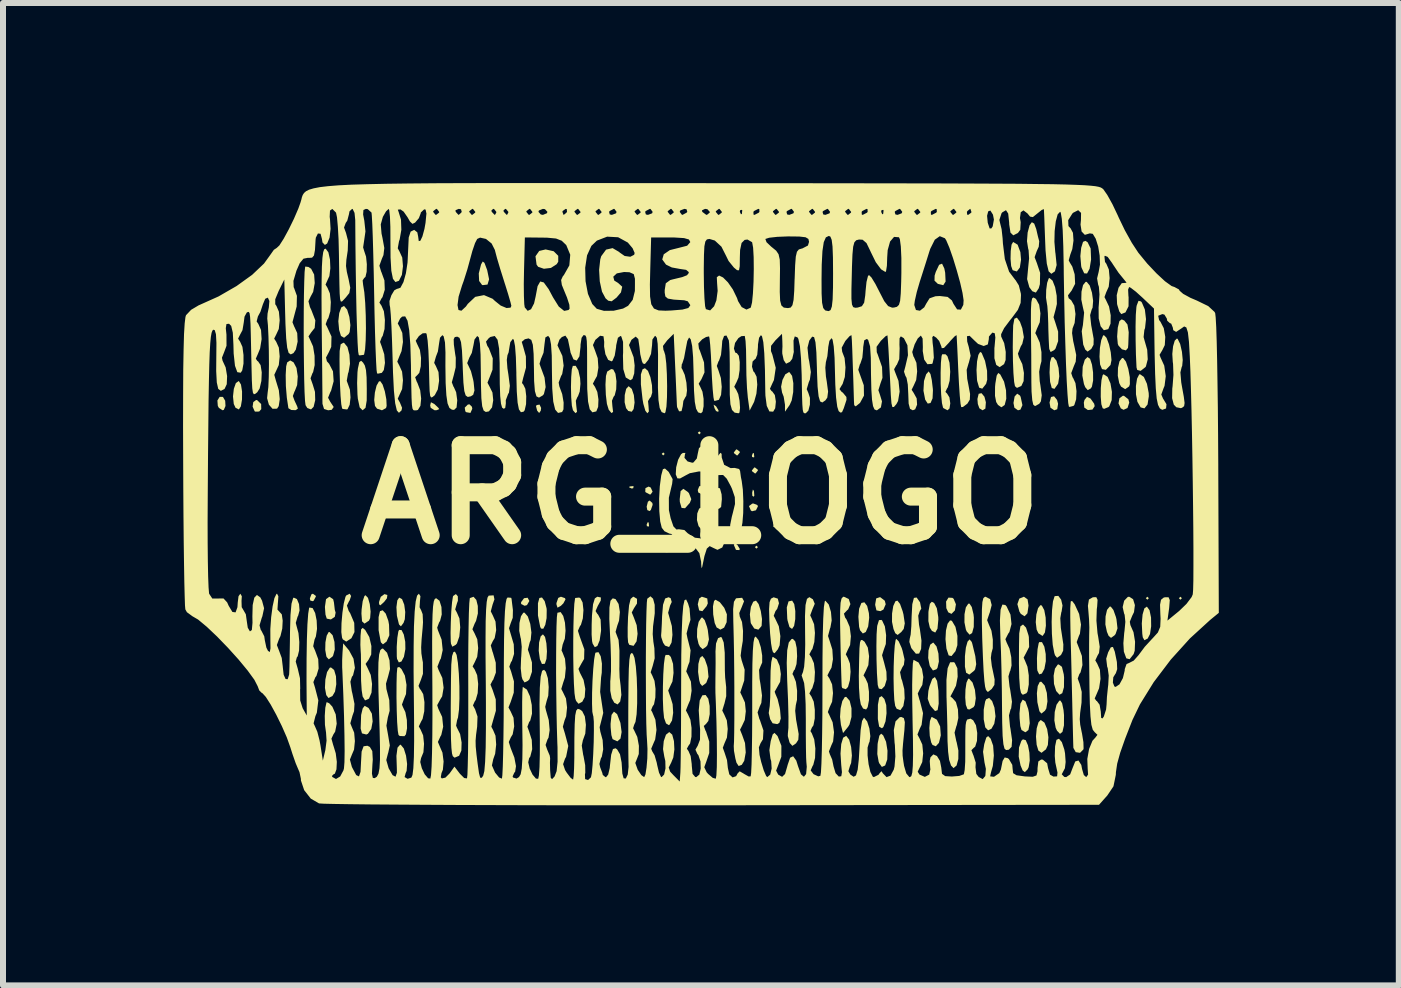
<source format=kicad_pcb>
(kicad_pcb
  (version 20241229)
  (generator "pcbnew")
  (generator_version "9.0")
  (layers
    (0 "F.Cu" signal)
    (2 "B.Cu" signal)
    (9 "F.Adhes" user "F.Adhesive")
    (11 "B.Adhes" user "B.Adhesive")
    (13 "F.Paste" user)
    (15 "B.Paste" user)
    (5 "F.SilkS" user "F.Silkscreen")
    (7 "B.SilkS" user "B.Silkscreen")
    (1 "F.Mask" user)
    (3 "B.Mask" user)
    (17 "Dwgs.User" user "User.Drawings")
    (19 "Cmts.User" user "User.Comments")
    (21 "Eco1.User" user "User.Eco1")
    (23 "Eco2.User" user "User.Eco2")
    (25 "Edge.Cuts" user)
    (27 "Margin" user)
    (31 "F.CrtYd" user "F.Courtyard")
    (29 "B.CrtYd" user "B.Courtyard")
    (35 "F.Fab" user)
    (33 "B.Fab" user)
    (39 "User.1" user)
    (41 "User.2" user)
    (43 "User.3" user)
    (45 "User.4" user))
  (footprint "ARG_LOGO"
    (layer "F.Cu")
    (at 8.626 5.189)
    (property "Reference" "ARG_LOGO" (at 0 0 0) (layer "F.SilkS") (effects (font (size 1.5 1.5) (thickness 0.3))))
    (attr board_only exclude_from_pos_files exclude_from_bom)
    (fp_poly (pts (xy -0.852 0.726) (xy -0.877 0.751) (xy -0.902 0.726) (xy -0.877 0.701)) (stroke (width 0) (type solid)) (fill yes) (layer "F.SilkS"))
    (fp_poly (pts (xy -0.601 -0.676) (xy -0.626 -0.651) (xy -0.651 -0.676) (xy -0.626 -0.701)) (stroke (width 0) (type solid)) (fill yes) (layer "F.SilkS"))
    (fp_poly (pts (xy -0.000001 -1.027) (xy -0.025 -1.002) (xy -0.05 -1.027) (xy -0.025 -1.052)) (stroke (width 0) (type solid)) (fill yes) (layer "F.SilkS"))
    (fp_poly (pts (xy 0.952 0.877) (xy 0.927 0.902) (xy 0.902 0.877) (xy 0.927 0.852)) (stroke (width 0) (type solid)) (fill yes) (layer "F.SilkS"))
    (fp_poly (pts (xy 1.202 -0.326) (xy 1.177 -0.301) (xy 1.152 -0.326) (xy 1.177 -0.351)) (stroke (width 0) (type solid)) (fill yes) (layer "F.SilkS"))
    (fp_poly (pts (xy 1.202 -0.025) (xy 1.177 -0.000001) (xy 1.152 -0.025) (xy 1.177 -0.05)) (stroke (width 0) (type solid)) (fill yes) (layer "F.SilkS"))
    (fp_poly (pts (xy 1.252 0.526) (xy 1.227 0.551) (xy 1.202 0.526) (xy 1.227 0.501)) (stroke (width 0) (type solid)) (fill yes) (layer "F.SilkS"))
    (fp_poly (pts (xy 7.465 1.728) (xy 7.44 1.753) (xy 7.415 1.728) (xy 7.44 1.703)) (stroke (width 0) (type solid)) (fill yes) (layer "F.SilkS"))
    (fp_poly (pts (xy 8.016 1.728) (xy 7.991 1.753) (xy 7.966 1.728) (xy 7.991 1.703)) (stroke (width 0) (type solid)) (fill yes) (layer "F.SilkS"))
    (fp_poly (pts (xy -1.119 -0.134) (xy -1.126 -0.104) (xy -1.152 -0.1) (xy -1.194 -0.119) (xy -1.186 -0.134) (xy -1.126 -0.14)) (stroke (width 0) (type solid)) (fill yes) (layer "F.SilkS"))
    (fp_poly (pts (xy -0.868 0.468) (xy -0.862 0.527) (xy -0.868 0.534) (xy -0.898 0.528) (xy -0.902 0.501) (xy -0.883 0.46)) (stroke (width 0) (type solid)) (fill yes) (layer "F.SilkS"))
    (fp_poly (pts (xy 0.885 -0.685) (xy 0.891 -0.625) (xy 0.885 -0.618) (xy 0.855 -0.625) (xy 0.852 -0.651) (xy 0.87 -0.693)) (stroke (width 0) (type solid)) (fill yes) (layer "F.SilkS"))
    (fp_poly (pts (xy 0.886 -0.059) (xy 0.892 0.019) (xy 0.882 0.037) (xy 0.859 0.022) (xy 0.856 -0.029) (xy 0.868 -0.083)) (stroke (width 0) (type solid)) (fill yes) (layer "F.SilkS"))
    (fp_poly (pts (xy -2.856 1.774) (xy -2.896 1.843) (xy -2.935 1.854) (xy -2.993 1.825) (xy -2.994 1.794) (xy -2.945 1.728) (xy -2.885 1.72)) (stroke (width 0) (type solid)) (fill yes) (layer "F.SilkS"))
    (fp_poly (pts (xy -2.66 -1.442) (xy -2.666 -1.396) (xy -2.693 -1.358) (xy -2.726 -1.396) (xy -2.745 -1.47) (xy -2.735 -1.49) (xy -2.686 -1.498)) (stroke (width 0) (type solid)) (fill yes) (layer "F.SilkS"))
    (fp_poly (pts (xy 0.25 -1.473) (xy 0.257 -1.466) (xy 0.296 -1.401) (xy 0.291 -1.376) (xy 0.254 -1.391) (xy 0.229 -1.438) (xy 0.213 -1.497)) (stroke (width 0) (type solid)) (fill yes) (layer "F.SilkS"))
    (fp_poly (pts (xy -6.414 1.689) (xy -6.413 1.7) (xy -6.449 1.768) (xy -6.463 1.778) (xy -6.506 1.767) (xy -6.513 1.731) (xy -6.487 1.663) (xy -6.463 1.653)) (stroke (width 0) (type solid)) (fill yes) (layer "F.SilkS"))
    (fp_poly (pts (xy -5.222 1.674) (xy -5.229 1.729) (xy -5.276 1.79) (xy -5.339 1.847) (xy -5.359 1.83) (xy -5.361 1.792) (xy -5.332 1.705) (xy -5.271 1.66)) (stroke (width 0) (type solid)) (fill yes) (layer "F.SilkS"))
    (fp_poly (pts (xy -3.813 -1.462) (xy -3.807 -1.428) (xy -3.838 -1.359) (xy -3.907 -1.371) (xy -3.923 -1.385) (xy -3.933 -1.447) (xy -3.882 -1.498) (xy -3.855 -1.503)) (stroke (width 0) (type solid)) (fill yes) (layer "F.SilkS"))
    (fp_poly (pts (xy -0.834 -0.116) (xy -0.803 -0.047) (xy -0.835 -0.002) (xy -0.849 -0.000001) (xy -0.917 -0.036) (xy -0.925 -0.047) (xy -0.922 -0.106) (xy -0.869 -0.132)) (stroke (width 0) (type solid)) (fill yes) (layer "F.SilkS"))
    (fp_poly (pts (xy -0.807 0.141) (xy -0.802 0.172) (xy -0.832 0.258) (xy -0.852 0.276) (xy -0.891 0.26) (xy -0.902 0.203) (xy -0.881 0.12) (xy -0.852 0.1)) (stroke (width 0) (type solid)) (fill yes) (layer "F.SilkS"))
    (fp_poly (pts (xy -0.535 0.792) (xy -0.512 0.878) (xy -0.536 0.956) (xy -0.538 0.959) (xy -0.584 0.962) (xy -0.613 0.88) (xy -0.616 0.786) (xy -0.593 0.751)) (stroke (width 0) (type solid)) (fill yes) (layer "F.SilkS"))
    (fp_poly (pts (xy 0.056 -0.089) (xy 0.058 -0.075) (xy 0.019 -0.016) (xy 0.004 -0.01) (xy -0.042 -0.034) (xy -0.05 -0.075) (xy -0.025 -0.138) (xy 0.004 -0.141)) (stroke (width 0) (type solid)) (fill yes) (layer "F.SilkS"))
    (fp_poly (pts (xy 0.61 0.841) (xy 0.649 0.905) (xy 0.644 0.926) (xy 0.591 0.924) (xy 0.584 0.918) (xy 0.551 0.841) (xy 0.551 0.833) (xy 0.577 0.815)) (stroke (width 0) (type solid)) (fill yes) (layer "F.SilkS"))
    (fp_poly (pts (xy 0.65 -0.713) (xy 0.651 -0.701) (xy 0.613 -0.653) (xy 0.601 -0.651) (xy 0.553 -0.689) (xy 0.551 -0.701) (xy 0.589 -0.75) (xy 0.601 -0.751)) (stroke (width 0) (type solid)) (fill yes) (layer "F.SilkS"))
    (fp_poly (pts (xy 0.902 0.576) (xy 0.95 0.621) (xy 0.952 0.629) (xy 0.913 0.651) (xy 0.902 0.651) (xy 0.854 0.613) (xy 0.852 0.598) (xy 0.882 0.568)) (stroke (width 0) (type solid)) (fill yes) (layer "F.SilkS"))
    (fp_poly (pts (xy 0.943 0.176) (xy 0.952 0.197) (xy 0.919 0.263) (xy 0.854 0.279) (xy 0.834 0.266) (xy 0.803 0.193) (xy 0.857 0.152) (xy 0.877 0.15)) (stroke (width 0) (type solid)) (fill yes) (layer "F.SilkS"))
    (fp_poly (pts (xy 0.95 -0.413) (xy 0.952 -0.401) (xy 0.914 -0.352) (xy 0.902 -0.351) (xy 0.853 -0.389) (xy 0.852 -0.401) (xy 0.89 -0.449) (xy 0.902 -0.451)) (stroke (width 0) (type solid)) (fill yes) (layer "F.SilkS"))
    (fp_poly (pts (xy 5.936 -1.575) (xy 5.953 -1.512) (xy 5.939 -1.421) (xy 5.89 -1.403) (xy 5.826 -1.446) (xy 5.811 -1.532) (xy 5.835 -1.624) (xy 5.886 -1.637)) (stroke (width 0) (type solid)) (fill yes) (layer "F.SilkS"))
    (fp_poly (pts (xy -7.962 -1.626) (xy -7.924 -1.562) (xy -7.919 -1.474) (xy -7.947 -1.41) (xy -7.967 -1.403) (xy -8.029 -1.443) (xy -8.047 -1.476) (xy -8.054 -1.566) (xy -8.016 -1.627)) (stroke (width 0) (type solid)) (fill yes) (layer "F.SilkS"))
    (fp_poly (pts (xy -7.39 -1.571) (xy -7.325 -1.507) (xy -7.323 -1.422) (xy -7.358 -1.382) (xy -7.425 -1.381) (xy -7.433 -1.387) (xy -7.467 -1.463) (xy -7.456 -1.54) (xy -7.408 -1.575)) (stroke (width 0) (type solid)) (fill yes) (layer "F.SilkS"))
    (fp_poly (pts (xy -4.441 -1.509) (xy -4.434 -1.503) (xy -4.371 -1.443) (xy -4.359 -1.422) (xy -4.399 -1.405) (xy -4.434 -1.403) (xy -4.499 -1.443) (xy -4.509 -1.484) (xy -4.496 -1.537)) (stroke (width 0) (type solid)) (fill yes) (layer "F.SilkS"))
    (fp_poly (pts (xy -2.263 1.727) (xy -2.254 1.747) (xy -2.289 1.813) (xy -2.33 1.854) (xy -2.387 1.886) (xy -2.404 1.834) (xy -2.405 1.81) (xy -2.375 1.723) (xy -2.33 1.703)) (stroke (width 0) (type solid)) (fill yes) (layer "F.SilkS"))
    (fp_poly (pts (xy 0.108 1.732) (xy 0.117 1.814) (xy 0.097 1.86) (xy 0.027 1.944) (xy -0.027 1.932) (xy -0.05 1.831) (xy -0.05 1.829) (xy -0.027 1.733) (xy 0.017 1.703)) (stroke (width 0) (type solid)) (fill yes) (layer "F.SilkS"))
    (fp_poly (pts (xy 4.193 1.722) (xy 4.213 1.738) (xy 4.251 1.829) (xy 4.234 1.931) (xy 4.177 1.989) (xy 4.123 1.963) (xy 4.091 1.894) (xy 4.087 1.783) (xy 4.127 1.718)) (stroke (width 0) (type solid)) (fill yes) (layer "F.SilkS"))
    (fp_poly (pts (xy 4.726 -1.629) (xy 4.75 -1.537) (xy 4.742 -1.431) (xy 4.694 -1.403) (xy 4.642 -1.436) (xy 4.616 -1.508) (xy 4.609 -1.591) (xy 4.63 -1.678) (xy 4.677 -1.688)) (stroke (width 0) (type solid)) (fill yes) (layer "F.SilkS"))
    (fp_poly (pts (xy 5.319 -1.648) (xy 5.33 -1.624) (xy 5.359 -1.489) (xy 5.326 -1.414) (xy 5.285 -1.403) (xy 5.225 -1.446) (xy 5.21 -1.525) (xy 5.229 -1.633) (xy 5.272 -1.68)) (stroke (width 0) (type solid)) (fill yes) (layer "F.SilkS"))
    (fp_poly (pts (xy 5.445 1.747) (xy 5.461 1.851) (xy 5.442 1.98) (xy 5.395 2.029) (xy 5.333 1.99) (xy 5.309 1.951) (xy 5.275 1.827) (xy 5.307 1.735) (xy 5.384 1.703)) (stroke (width 0) (type solid)) (fill yes) (layer "F.SilkS"))
    (fp_poly (pts (xy 6.494 -1.598) (xy 6.554 -1.513) (xy 6.563 -1.472) (xy 6.526 -1.415) (xy 6.45 -1.407) (xy 6.39 -1.448) (xy 6.382 -1.53) (xy 6.393 -1.575) (xy 6.435 -1.627)) (stroke (width 0) (type solid)) (fill yes) (layer "F.SilkS"))
    (fp_poly (pts (xy 7.051 -1.644) (xy 7.124 -1.587) (xy 7.139 -1.531) (xy 7.11 -1.441) (xy 7.044 -1.411) (xy 6.998 -1.435) (xy 6.96 -1.518) (xy 6.975 -1.603) (xy 7.032 -1.645)) (stroke (width 0) (type solid)) (fill yes) (layer "F.SilkS"))
    (fp_poly (pts (xy -0.214 -0.041) (xy -0.197 -0.021) (xy -0.158 0.078) (xy -0.182 0.139) (xy -0.262 0.229) (xy -0.32 0.224) (xy -0.349 0.124) (xy -0.351 0.079) (xy -0.336 -0.056) (xy -0.291 -0.095)) (stroke (width 0) (type solid)) (fill yes) (layer "F.SilkS"))
    (fp_poly (pts (xy 0.065 0.273) (xy 0.092 0.373) (xy 0.087 0.497) (xy 0.051 0.569) (xy -0.002 0.569) (xy -0.037 0.526) (xy -0.064 0.426) (xy -0.059 0.316) (xy -0.027 0.234) (xy 0.019 0.215)) (stroke (width 0) (type solid)) (fill yes) (layer "F.SilkS"))
    (fp_poly (pts (xy 2.993 1.713) (xy 3.066 1.77) (xy 3.081 1.829) (xy 3.043 1.917) (xy 2.993 1.944) (xy 2.927 1.931) (xy 2.906 1.842) (xy 2.906 1.829) (xy 2.923 1.731) (xy 2.984 1.711)) (stroke (width 0) (type solid)) (fill yes) (layer "F.SilkS"))
    (fp_poly (pts (xy -3.604 -3.859) (xy -3.563 -3.75) (xy -3.559 -3.739) (xy -3.527 -3.585) (xy -3.553 -3.498) (xy -3.633 -3.488) (xy -3.645 -3.492) (xy -3.693 -3.558) (xy -3.699 -3.683) (xy -3.661 -3.832) (xy -3.633 -3.882)) (stroke (width 0) (type solid)) (fill yes) (layer "F.SilkS"))
    (fp_poly (pts (xy -2.451 -4.053) (xy -2.375 -3.977) (xy -2.375 -3.878) (xy -2.401 -3.837) (xy -2.497 -3.775) (xy -2.614 -3.761) (xy -2.71 -3.794) (xy -2.736 -3.83) (xy -2.754 -3.969) (xy -2.692 -4.058) (xy -2.585 -4.083)) (stroke (width 0) (type solid)) (fill yes) (layer "F.SilkS"))
    (fp_poly (pts (xy 0.319 -0.103) (xy 0.347 -0.002) (xy 0.351 0.078) (xy 0.339 0.207) (xy 0.298 0.242) (xy 0.224 0.187) (xy 0.207 0.169) (xy 0.164 0.092) (xy 0.188 -0.001) (xy 0.202 -0.028) (xy 0.268 -0.113)) (stroke (width 0) (type solid)) (fill yes) (layer "F.SilkS"))
    (fp_poly (pts (xy 1.557 1.826) (xy 1.575 1.942) (xy 1.574 2.076) (xy 1.555 2.189) (xy 1.521 2.24) (xy 1.478 2.209) (xy 1.446 2.1) (xy 1.441 2.069) (xy 1.433 1.882) (xy 1.462 1.781) (xy 1.522 1.768)) (stroke (width 0) (type solid)) (fill yes) (layer "F.SilkS"))
    (fp_poly (pts (xy 4.058 -3.765) (xy 4.072 -3.695) (xy 4.079 -3.548) (xy 4.04 -3.487) (xy 3.951 -3.509) (xy 3.948 -3.511) (xy 3.894 -3.563) (xy 3.896 -3.647) (xy 3.915 -3.708) (xy 3.971 -3.827) (xy 4.02 -3.846)) (stroke (width 0) (type solid)) (fill yes) (layer "F.SilkS"))
    (fp_poly (pts (xy -7.696 -1.889) (xy -7.661 -1.832) (xy -7.643 -1.716) (xy -7.644 -1.581) (xy -7.663 -1.468) (xy -7.696 -1.417) (xy -7.751 -1.444) (xy -7.781 -1.508) (xy -7.794 -1.633) (xy -7.78 -1.76) (xy -7.746 -1.857) (xy -7.699 -1.89)) (stroke (width 0) (type solid)) (fill yes) (layer "F.SilkS"))
    (fp_poly (pts (xy -6.109 2.924) (xy -6.078 3.029) (xy -6.073 3.161) (xy -6.094 3.284) (xy -6.137 3.357) (xy -6.203 3.391) (xy -6.24 3.342) (xy -6.262 3.222) (xy -6.255 3.083) (xy -6.227 2.959) (xy -6.182 2.887) (xy -6.162 2.881)) (stroke (width 0) (type solid)) (fill yes) (layer "F.SilkS"))
    (fp_poly (pts (xy -5.892 -3.08) (xy -5.855 -2.959) (xy -5.838 -2.821) (xy -5.85 -2.707) (xy -5.867 -2.674) (xy -5.943 -2.611) (xy -5.995 -2.642) (xy -6.026 -2.743) (xy -6.039 -2.887) (xy -6.024 -3.022) (xy -5.99 -3.117) (xy -5.944 -3.142)) (stroke (width 0) (type solid)) (fill yes) (layer "F.SilkS"))
    (fp_poly (pts (xy -5.545 1.722) (xy -5.515 1.826) (xy -5.501 1.952) (xy -5.509 2.06) (xy -5.529 2.102) (xy -5.603 2.151) (xy -5.644 2.113) (xy -5.654 1.984) (xy -5.651 1.916) (xy -5.633 1.777) (xy -5.604 1.692) (xy -5.587 1.678)) (stroke (width 0) (type solid)) (fill yes) (layer "F.SilkS"))
    (fp_poly (pts (xy -5.536 3.557) (xy -5.533 3.56) (xy -5.48 3.652) (xy -5.467 3.781) (xy -5.49 3.905) (xy -5.546 3.987) (xy -5.573 3.999) (xy -5.645 3.98) (xy -5.667 3.899) (xy -5.659 3.673) (xy -5.633 3.564) (xy -5.6 3.521)) (stroke (width 0) (type solid)) (fill yes) (layer "F.SilkS"))
    (fp_poly (pts (xy -4.977 1.744) (xy -4.941 1.835) (xy -4.924 1.958) (xy -4.931 2.078) (xy -4.952 2.138) (xy -4.996 2.197) (xy -5.025 2.169) (xy -5.031 2.154) (xy -5.063 2.019) (xy -5.071 1.877) (xy -5.056 1.764) (xy -5.025 1.718)) (stroke (width 0) (type solid)) (fill yes) (layer "F.SilkS"))
    (fp_poly (pts (xy -2.601 1.777) (xy -2.57 1.894) (xy -2.567 1.923) (xy -2.569 2.06) (xy -2.591 2.172) (xy -2.624 2.237) (xy -2.661 2.234) (xy -2.676 2.204) (xy -2.713 2.015) (xy -2.713 1.812) (xy -2.689 1.724) (xy -2.646 1.716)) (stroke (width 0) (type solid)) (fill yes) (layer "F.SilkS"))
    (fp_poly (pts (xy -2.595 2.373) (xy -2.572 2.48) (xy -2.563 2.614) (xy -2.571 2.739) (xy -2.597 2.817) (xy -2.599 2.82) (xy -2.647 2.824) (xy -2.681 2.744) (xy -2.7 2.603) (xy -2.694 2.465) (xy -2.667 2.363) (xy -2.63 2.33)) (stroke (width 0) (type solid)) (fill yes) (layer "F.SilkS"))
    (fp_poly (pts (xy -1.15 -1.76) (xy -1.115 -1.657) (xy -1.103 -1.532) (xy -1.119 -1.424) (xy -1.15 -1.379) (xy -1.208 -1.392) (xy -1.245 -1.439) (xy -1.269 -1.537) (xy -1.267 -1.657) (xy -1.243 -1.76) (xy -1.203 -1.804) (xy -1.202 -1.804)) (stroke (width 0) (type solid)) (fill yes) (layer "F.SilkS"))
    (fp_poly (pts (xy 2.481 3.437) (xy 2.511 3.561) (xy 2.511 3.706) (xy 2.478 3.832) (xy 2.455 3.87) (xy 2.37 3.975) (xy 2.335 3.838) (xy 2.32 3.705) (xy 2.33 3.563) (xy 2.358 3.442) (xy 2.399 3.375) (xy 2.423 3.371)) (stroke (width 0) (type solid)) (fill yes) (layer "F.SilkS"))
    (fp_poly (pts (xy 2.772 1.857) (xy 2.801 1.977) (xy 2.806 2.054) (xy 2.789 2.199) (xy 2.749 2.291) (xy 2.7 2.316) (xy 2.654 2.263) (xy 2.638 2.205) (xy 2.626 2.038) (xy 2.638 1.903) (xy 2.676 1.807) (xy 2.726 1.796)) (stroke (width 0) (type solid)) (fill yes) (layer "F.SilkS"))
    (fp_poly (pts (xy 3.059 3.408) (xy 3.09 3.508) (xy 3.095 3.645) (xy 3.078 3.78) (xy 3.042 3.875) (xy 3.018 3.895) (xy 2.972 3.868) (xy 2.951 3.747) (xy 2.95 3.724) (xy 2.951 3.504) (xy 2.973 3.383) (xy 3.014 3.359)) (stroke (width 0) (type solid)) (fill yes) (layer "F.SilkS"))
    (fp_poly (pts (xy 5.41 3.447) (xy 5.455 3.573) (xy 5.467 3.635) (xy 5.481 3.811) (xy 5.459 3.924) (xy 5.408 3.962) (xy 5.344 3.924) (xy 5.324 3.859) (xy 5.312 3.729) (xy 5.31 3.645) (xy 5.326 3.484) (xy 5.363 3.418)) (stroke (width 0) (type solid)) (fill yes) (layer "F.SilkS"))
    (fp_poly (pts (xy 5.726 3.801) (xy 5.771 3.909) (xy 5.792 4.045) (xy 5.783 4.174) (xy 5.751 4.246) (xy 5.677 4.304) (xy 5.625 4.267) (xy 5.596 4.171) (xy 5.585 4.033) (xy 5.597 3.895) (xy 5.628 3.792) (xy 5.664 3.757)) (stroke (width 0) (type solid)) (fill yes) (layer "F.SilkS"))
    (fp_poly (pts (xy 5.926 -2.23) (xy 5.961 -2.109) (xy 5.973 -1.969) (xy 5.955 -1.852) (xy 5.95 -1.841) (xy 5.893 -1.76) (xy 5.848 -1.774) (xy 5.82 -1.877) (xy 5.811 -2.033) (xy 5.819 -2.202) (xy 5.842 -2.283) (xy 5.874 -2.292)) (stroke (width 0) (type solid)) (fill yes) (layer "F.SilkS"))
    (fp_poly (pts (xy 6.445 -4.203) (xy 6.496 -4.099) (xy 6.503 -3.916) (xy 6.478 -3.761) (xy 6.436 -3.682) (xy 6.388 -3.685) (xy 6.344 -3.779) (xy 6.338 -3.805) (xy 6.324 -3.972) (xy 6.338 -4.11) (xy 6.369 -4.21) (xy 6.409 -4.226)) (stroke (width 0) (type solid)) (fill yes) (layer "F.SilkS"))
    (fp_poly (pts (xy 7.477 1.929) (xy 7.502 2.05) (xy 7.504 2.195) (xy 7.485 2.324) (xy 7.446 2.4) (xy 7.391 2.428) (xy 7.364 2.379) (xy 7.356 2.32) (xy 7.348 2.149) (xy 7.361 1.999) (xy 7.391 1.897) (xy 7.433 1.868)) (stroke (width 0) (type solid)) (fill yes) (layer "F.SilkS"))
    (fp_poly (pts (xy -6.134 2.345) (xy -6.103 2.457) (xy -6.098 2.584) (xy -6.126 2.685) (xy -6.138 2.702) (xy -6.198 2.747) (xy -6.233 2.709) (xy -6.239 2.694) (xy -6.257 2.59) (xy -6.254 2.463) (xy -6.233 2.352) (xy -6.2 2.292) (xy -6.187 2.29)) (stroke (width 0) (type solid)) (fill yes) (layer "F.SilkS"))
    (fp_poly (pts (xy -5.302 -1.833) (xy -5.264 -1.718) (xy -5.239 -1.585) (xy -5.234 -1.476) (xy -5.244 -1.44) (xy -5.312 -1.403) (xy -5.394 -1.43) (xy -5.428 -1.475) (xy -5.441 -1.574) (xy -5.43 -1.699) (xy -5.402 -1.814) (xy -5.363 -1.883) (xy -5.341 -1.889)) (stroke (width 0) (type solid)) (fill yes) (layer "F.SilkS"))
    (fp_poly (pts (xy -5.249 1.985) (xy -5.206 2.104) (xy -5.194 2.17) (xy -5.189 2.346) (xy -5.235 2.45) (xy -5.236 2.451) (xy -5.296 2.497) (xy -5.328 2.465) (xy -5.333 2.451) (xy -5.368 2.261) (xy -5.368 2.043) (xy -5.345 1.944) (xy -5.3 1.929)) (stroke (width 0) (type solid)) (fill yes) (layer "F.SilkS"))
    (fp_poly (pts (xy -4.985 2.259) (xy -4.948 2.334) (xy -4.924 2.455) (xy -4.922 2.576) (xy -4.946 2.704) (xy -4.987 2.782) (xy -5.031 2.798) (xy -5.061 2.738) (xy -5.065 2.697) (xy -5.066 2.538) (xy -5.056 2.388) (xy -5.039 2.282) (xy -5.027 2.256)) (stroke (width 0) (type solid)) (fill yes) (layer "F.SilkS"))
    (fp_poly (pts (xy -1.394 3.66) (xy -1.341 3.8) (xy -1.339 3.804) (xy -1.319 3.958) (xy -1.338 4.067) (xy -1.39 4.113) (xy -1.466 4.078) (xy -1.47 4.075) (xy -1.49 4.008) (xy -1.502 3.88) (xy -1.503 3.82) (xy -1.487 3.672) (xy -1.447 3.618)) (stroke (width 0) (type solid)) (fill yes) (layer "F.SilkS"))
    (fp_poly (pts (xy 0.066 2.741) (xy 0.106 2.854) (xy 0.114 2.888) (xy 0.129 3.039) (xy 0.093 3.134) (xy 0.079 3.149) (xy 0.023 3.19) (xy -0.01 3.151) (xy -0.026 3.095) (xy -0.045 2.957) (xy -0.04 2.822) (xy -0.014 2.722) (xy 0.025 2.69)) (stroke (width 0) (type solid)) (fill yes) (layer "F.SilkS"))
    (fp_poly (pts (xy 0.317 1.794) (xy 0.391 1.888) (xy 0.434 1.994) (xy 0.435 1.996) (xy 0.431 2.128) (xy 0.389 2.218) (xy 0.326 2.252) (xy 0.264 2.215) (xy 0.232 2.142) (xy 0.207 1.999) (xy 0.203 1.865) (xy 0.221 1.774) (xy 0.244 1.753)) (stroke (width 0) (type solid)) (fill yes) (layer "F.SilkS"))
    (fp_poly (pts (xy 0.964 1.826) (xy 1 1.942) (xy 1.02 2.075) (xy 1.014 2.184) (xy 1.012 2.192) (xy 0.96 2.252) (xy 0.891 2.233) (xy 0.836 2.148) (xy 0.831 2.129) (xy 0.818 1.997) (xy 0.835 1.872) (xy 0.874 1.786) (xy 0.92 1.768)) (stroke (width 0) (type solid)) (fill yes) (layer "F.SilkS"))
    (fp_poly (pts (xy 3.825 -2.01) (xy 3.828 -2.003) (xy 3.849 -1.906) (xy 3.866 -1.763) (xy 3.868 -1.734) (xy 3.862 -1.602) (xy 3.828 -1.524) (xy 3.781 -1.515) (xy 3.739 -1.58) (xy 3.71 -1.729) (xy 3.719 -1.891) (xy 3.755 -2.003) (xy 3.797 -2.051)) (stroke (width 0) (type solid)) (fill yes) (layer "F.SilkS"))
    (fp_poly (pts (xy 3.876 2.469) (xy 3.928 2.532) (xy 3.96 2.651) (xy 3.967 2.784) (xy 3.944 2.888) (xy 3.926 2.912) (xy 3.868 2.932) (xy 3.821 2.866) (xy 3.813 2.846) (xy 3.789 2.724) (xy 3.794 2.599) (xy 3.823 2.502) (xy 3.87 2.468)) (stroke (width 0) (type solid)) (fill yes) (layer "F.SilkS"))
    (fp_poly (pts (xy 3.888 1.808) (xy 3.933 1.895) (xy 3.957 2.042) (xy 3.958 2.085) (xy 3.944 2.235) (xy 3.907 2.3) (xy 3.852 2.274) (xy 3.816 2.217) (xy 3.792 2.11) (xy 3.793 1.963) (xy 3.795 1.94) (xy 3.817 1.821) (xy 3.849 1.787)) (stroke (width 0) (type solid)) (fill yes) (layer "F.SilkS"))
    (fp_poly (pts (xy 3.933 3.752) (xy 3.988 3.864) (xy 3.999 4.013) (xy 3.999 4.013) (xy 3.968 4.138) (xy 3.916 4.195) (xy 3.861 4.173) (xy 3.839 4.131) (xy 3.815 4.022) (xy 3.808 3.891) (xy 3.818 3.775) (xy 3.842 3.711) (xy 3.851 3.707)) (stroke (width 0) (type solid)) (fill yes) (layer "F.SilkS"))
    (fp_poly (pts (xy 3.937 3.107) (xy 3.959 3.264) (xy 3.96 3.281) (xy 3.964 3.485) (xy 3.946 3.593) (xy 3.903 3.608) (xy 3.836 3.532) (xy 3.818 3.505) (xy 3.781 3.405) (xy 3.792 3.273) (xy 3.81 3.198) (xy 3.857 3.072) (xy 3.901 3.042)) (stroke (width 0) (type solid)) (fill yes) (layer "F.SilkS"))
    (fp_poly (pts (xy 4.183 2.104) (xy 4.243 2.205) (xy 4.276 2.356) (xy 4.275 2.511) (xy 4.244 2.61) (xy 4.177 2.692) (xy 4.13 2.681) (xy 4.094 2.572) (xy 4.092 2.56) (xy 4.077 2.411) (xy 4.085 2.266) (xy 4.112 2.153) (xy 4.153 2.098)) (stroke (width 0) (type solid)) (fill yes) (layer "F.SilkS"))
    (fp_poly (pts (xy 4.514 2.456) (xy 4.524 2.487) (xy 4.574 2.693) (xy 4.589 2.827) (xy 4.571 2.912) (xy 4.555 2.936) (xy 4.474 3.001) (xy 4.421 2.97) (xy 4.401 2.868) (xy 4.401 2.694) (xy 4.417 2.55) (xy 4.445 2.451) (xy 4.479 2.414)) (stroke (width 0) (type solid)) (fill yes) (layer "F.SilkS"))
    (fp_poly (pts (xy 4.515 1.875) (xy 4.544 1.996) (xy 4.55 2.052) (xy 4.548 2.208) (xy 4.521 2.307) (xy 4.479 2.336) (xy 4.431 2.282) (xy 4.417 2.25) (xy 4.393 2.13) (xy 4.394 1.996) (xy 4.416 1.882) (xy 4.456 1.82) (xy 4.477 1.818)) (stroke (width 0) (type solid)) (fill yes) (layer "F.SilkS"))
    (fp_poly (pts (xy 4.528 3.133) (xy 4.568 3.255) (xy 4.582 3.395) (xy 4.565 3.51) (xy 4.545 3.543) (xy 4.474 3.583) (xy 4.443 3.575) (xy 4.416 3.504) (xy 4.406 3.384) (xy 4.41 3.25) (xy 4.427 3.134) (xy 4.455 3.071) (xy 4.47 3.068)) (stroke (width 0) (type solid)) (fill yes) (layer "F.SilkS"))
    (fp_poly (pts (xy 4.679 -2.361) (xy 4.736 -2.226) (xy 4.77 -2.061) (xy 4.772 -1.912) (xy 4.754 -1.844) (xy 4.69 -1.763) (xy 4.638 -1.78) (xy 4.605 -1.891) (xy 4.602 -1.916) (xy 4.594 -2.072) (xy 4.603 -2.217) (xy 4.625 -2.326) (xy 4.654 -2.375)) (stroke (width 0) (type solid)) (fill yes) (layer "F.SilkS"))
    (fp_poly (pts (xy 4.854 3.442) (xy 4.893 3.551) (xy 4.91 3.692) (xy 4.91 3.698) (xy 4.89 3.819) (xy 4.843 3.903) (xy 4.787 3.929) (xy 4.74 3.88) (xy 4.714 3.746) (xy 4.714 3.585) (xy 4.738 3.449) (xy 4.755 3.412) (xy 4.804 3.389)) (stroke (width 0) (type solid)) (fill yes) (layer "F.SilkS"))
    (fp_poly (pts (xy 4.99 -2) (xy 5.053 -1.88) (xy 5.086 -1.735) (xy 5.09 -1.595) (xy 5.063 -1.491) (xy 5.008 -1.453) (xy 4.952 -1.492) (xy 4.922 -1.541) (xy 4.902 -1.643) (xy 4.903 -1.794) (xy 4.908 -1.849) (xy 4.93 -1.981) (xy 4.956 -2.025)) (stroke (width 0) (type solid)) (fill yes) (layer "F.SilkS"))
    (fp_poly (pts (xy 5.279 -4.162) (xy 5.325 -4.038) (xy 5.336 -3.912) (xy 5.316 -3.781) (xy 5.266 -3.716) (xy 5.199 -3.736) (xy 5.195 -3.74) (xy 5.171 -3.807) (xy 5.161 -3.926) (xy 5.164 -4.057) (xy 5.178 -4.163) (xy 5.204 -4.208) (xy 5.204 -4.208)) (stroke (width 0) (type solid)) (fill yes) (layer "F.SilkS"))
    (fp_poly (pts (xy 5.414 4.093) (xy 5.451 4.178) (xy 5.475 4.301) (xy 5.481 4.433) (xy 5.463 4.543) (xy 5.445 4.58) (xy 5.399 4.626) (xy 5.363 4.598) (xy 5.328 4.515) (xy 5.297 4.366) (xy 5.302 4.216) (xy 5.341 4.105) (xy 5.367 4.079)) (stroke (width 0) (type solid)) (fill yes) (layer "F.SilkS"))
    (fp_poly (pts (xy 5.682 1.85) (xy 5.723 1.927) (xy 5.746 2.051) (xy 5.75 2.186) (xy 5.734 2.299) (xy 5.698 2.354) (xy 5.691 2.355) (xy 5.625 2.313) (xy 5.596 2.251) (xy 5.581 2.128) (xy 5.591 1.999) (xy 5.619 1.895) (xy 5.658 1.844)) (stroke (width 0) (type solid)) (fill yes) (layer "F.SilkS"))
    (fp_poly (pts (xy 5.685 2.46) (xy 5.724 2.535) (xy 5.747 2.658) (xy 5.749 2.777) (xy 5.725 2.905) (xy 5.683 2.983) (xy 5.639 2.997) (xy 5.608 2.935) (xy 5.604 2.897) (xy 5.601 2.73) (xy 5.611 2.578) (xy 5.63 2.478) (xy 5.64 2.459)) (stroke (width 0) (type solid)) (fill yes) (layer "F.SilkS"))
    (fp_poly (pts (xy 5.73 3.183) (xy 5.766 3.306) (xy 5.776 3.447) (xy 5.757 3.565) (xy 5.734 3.603) (xy 5.676 3.65) (xy 5.645 3.616) (xy 5.64 3.603) (xy 5.608 3.461) (xy 5.6 3.313) (xy 5.614 3.191) (xy 5.647 3.123) (xy 5.673 3.119)) (stroke (width 0) (type solid)) (fill yes) (layer "F.SilkS"))
    (fp_poly (pts (xy 6.017 2.871) (xy 6.048 2.997) (xy 6.053 3.05) (xy 6.051 3.211) (xy 6.023 3.31) (xy 5.977 3.336) (xy 5.922 3.275) (xy 5.921 3.274) (xy 5.885 3.156) (xy 5.879 3.019) (xy 5.901 2.901) (xy 5.946 2.835) (xy 5.963 2.831)) (stroke (width 0) (type solid)) (fill yes) (layer "F.SilkS"))
    (fp_poly (pts (xy 6.02 3.477) (xy 6.044 3.592) (xy 6.052 3.677) (xy 6.051 3.848) (xy 6.026 3.955) (xy 5.985 3.988) (xy 5.935 3.935) (xy 5.913 3.887) (xy 5.891 3.764) (xy 5.897 3.624) (xy 5.927 3.503) (xy 5.973 3.436) (xy 5.99 3.432)) (stroke (width 0) (type solid)) (fill yes) (layer "F.SilkS"))
    (fp_poly (pts (xy 6.486 -2.261) (xy 6.518 -2.164) (xy 6.536 -2.033) (xy 6.537 -1.9) (xy 6.517 -1.797) (xy 6.499 -1.768) (xy 6.447 -1.739) (xy 6.405 -1.788) (xy 6.384 -1.841) (xy 6.357 -1.982) (xy 6.363 -2.129) (xy 6.398 -2.245) (xy 6.443 -2.29)) (stroke (width 0) (type solid)) (fill yes) (layer "F.SilkS"))
    (fp_poly (pts (xy 6.76 -2.611) (xy 6.801 -2.503) (xy 6.831 -2.368) (xy 6.843 -2.24) (xy 6.827 -2.158) (xy 6.749 -2.077) (xy 6.685 -2.089) (xy 6.653 -2.167) (xy 6.643 -2.296) (xy 6.65 -2.442) (xy 6.672 -2.57) (xy 6.702 -2.647) (xy 6.717 -2.655)) (stroke (width 0) (type solid)) (fill yes) (layer "F.SilkS"))
    (fp_poly (pts (xy 7.038 -2.273) (xy 7.084 -2.212) (xy 7.123 -2.092) (xy 7.148 -1.954) (xy 7.149 -1.838) (xy 7.137 -1.801) (xy 7.071 -1.755) (xy 7.002 -1.798) (xy 6.972 -1.856) (xy 6.948 -1.978) (xy 6.951 -2.11) (xy 6.976 -2.219) (xy 7.018 -2.273)) (stroke (width 0) (type solid)) (fill yes) (layer "F.SilkS"))
    (fp_poly (pts (xy 7.382 -1.959) (xy 7.434 -1.844) (xy 7.463 -1.691) (xy 7.465 -1.637) (xy 7.444 -1.5) (xy 7.392 -1.435) (xy 7.329 -1.451) (xy 7.275 -1.544) (xy 7.251 -1.668) (xy 7.25 -1.808) (xy 7.269 -1.93) (xy 7.304 -1.999) (xy 7.318 -2.004)) (stroke (width 0) (type solid)) (fill yes) (layer "F.SilkS"))
    (fp_poly (pts (xy -6.125 1.745) (xy -6.112 1.799) (xy -6.098 1.921) (xy -6.084 1.968) (xy -6.098 2.039) (xy -6.163 2.082) (xy -6.232 2.068) (xy -6.232 2.067) (xy -6.253 2.001) (xy -6.262 1.881) (xy -6.262 1.87) (xy -6.244 1.744) (xy -6.188 1.703) (xy -6.187 1.703)) (stroke (width 0) (type solid)) (fill yes) (layer "F.SilkS"))
    (fp_poly (pts (xy 0.065 2.093) (xy 0.104 2.204) (xy 0.117 2.258) (xy 0.136 2.415) (xy 0.111 2.51) (xy 0.088 2.538) (xy 0.031 2.577) (xy -0.013 2.536) (xy -0.037 2.49) (xy -0.063 2.375) (xy -0.06 2.24) (xy -0.035 2.121) (xy 0.009 2.054) (xy 0.025 2.049)) (stroke (width 0) (type solid)) (fill yes) (layer "F.SilkS"))
    (fp_poly (pts (xy 1.478 -2.037) (xy 1.521 -1.977) (xy 1.542 -1.855) (xy 1.54 -1.707) (xy 1.515 -1.568) (xy 1.481 -1.492) (xy 1.403 -1.38) (xy 1.403 -1.495) (xy 1.381 -1.63) (xy 1.354 -1.7) (xy 1.338 -1.796) (xy 1.361 -1.909) (xy 1.409 -2.003) (xy 1.469 -2.039)) (stroke (width 0) (type solid)) (fill yes) (layer "F.SilkS"))
    (fp_poly (pts (xy 3.039 4.013) (xy 3.087 4.12) (xy 3.111 4.269) (xy 3.107 4.414) (xy 3.073 4.512) (xy 3.069 4.516) (xy 3.017 4.539) (xy 2.973 4.477) (xy 2.964 4.454) (xy 2.941 4.324) (xy 2.946 4.162) (xy 2.949 4.138) (xy 2.975 4.018) (xy 3.005 3.985)) (stroke (width 0) (type solid)) (fill yes) (layer "F.SilkS"))
    (fp_poly (pts (xy 3.32 1.824) (xy 3.363 1.944) (xy 3.377 1.998) (xy 3.399 2.147) (xy 3.381 2.24) (xy 3.341 2.291) (xy 3.28 2.34) (xy 3.241 2.312) (xy 3.211 2.242) (xy 3.186 2.121) (xy 3.187 1.983) (xy 3.207 1.858) (xy 3.243 1.779) (xy 3.276 1.768)) (stroke (width 0) (type solid)) (fill yes) (layer "F.SilkS"))
    (fp_poly (pts (xy 6.778 -1.96) (xy 6.826 -1.851) (xy 6.85 -1.71) (xy 6.846 -1.572) (xy 6.807 -1.471) (xy 6.793 -1.457) (xy 6.721 -1.427) (xy 6.696 -1.437) (xy 6.674 -1.504) (xy 6.664 -1.627) (xy 6.665 -1.772) (xy 6.676 -1.904) (xy 6.696 -1.989) (xy 6.711 -2.004)) (stroke (width 0) (type solid)) (fill yes) (layer "F.SilkS"))
    (fp_poly (pts (xy 6.831 1.868) (xy 6.875 1.924) (xy 6.917 2.042) (xy 6.926 2.08) (xy 6.943 2.23) (xy 6.911 2.325) (xy 6.892 2.348) (xy 6.835 2.389) (xy 6.795 2.355) (xy 6.767 2.288) (xy 6.741 2.165) (xy 6.744 2.032) (xy 6.769 1.922) (xy 6.812 1.868)) (stroke (width 0) (type solid)) (fill yes) (layer "F.SilkS"))
    (fp_poly (pts (xy 7.057 -2.898) (xy 7.109 -2.832) (xy 7.13 -2.704) (xy 7.123 -2.5) (xy 7.118 -2.442) (xy 7.083 -2.401) (xy 7.017 -2.419) (xy 6.96 -2.48) (xy 6.948 -2.509) (xy 6.937 -2.631) (xy 6.948 -2.78) (xy 6.948 -2.781) (xy 6.975 -2.89) (xy 7.014 -2.918)) (stroke (width 0) (type solid)) (fill yes) (layer "F.SilkS"))
    (fp_poly (pts (xy -5.626 -2.197) (xy -5.597 -2.148) (xy -5.578 -2.072) (xy -5.568 -1.95) (xy -5.565 -1.762) (xy -5.566 -1.566) (xy -5.586 -1.444) (xy -5.635 -1.403) (xy -5.683 -1.451) (xy -5.714 -1.596) (xy -5.72 -1.666) (xy -5.726 -1.856) (xy -5.72 -2.036) (xy -5.713 -2.099) (xy -5.689 -2.207) (xy -5.659 -2.228)) (stroke (width 0) (type solid)) (fill yes) (layer "F.SilkS"))
    (fp_poly (pts (xy -1.458 -2.083) (xy -1.422 -2.012) (xy -1.405 -1.888) (xy -1.409 -1.753) (xy -1.434 -1.652) (xy -1.453 -1.628) (xy -1.48 -1.562) (xy -1.473 -1.475) (xy -1.461 -1.376) (xy -1.488 -1.357) (xy -1.534 -1.412) (xy -1.564 -1.51) (xy -1.582 -1.662) (xy -1.588 -1.83) (xy -1.58 -1.974) (xy -1.559 -2.048) (xy -1.493 -2.09)) (stroke (width 0) (type solid)) (fill yes) (layer "F.SilkS"))
    (fp_poly (pts (xy -0.88 -2.06) (xy -0.839 -1.954) (xy -0.813 -1.82) (xy -0.809 -1.698) (xy -0.832 -1.622) (xy -0.844 -1.614) (xy -0.879 -1.556) (xy -0.871 -1.474) (xy -0.865 -1.383) (xy -0.89 -1.353) (xy -0.924 -1.397) (xy -0.957 -1.511) (xy -0.97 -1.585) (xy -0.998 -1.836) (xy -0.998 -2) (xy -0.97 -2.086) (xy -0.93 -2.104)) (stroke (width 0) (type solid)) (fill yes) (layer "F.SilkS"))
    (fp_poly (pts (xy -2.04 -2.069) (xy -2.011 -1.941) (xy -2.005 -1.844) (xy -2.017 -1.715) (xy -2.047 -1.634) (xy -2.054 -1.628) (xy -2.082 -1.562) (xy -2.074 -1.475) (xy -2.062 -1.377) (xy -2.088 -1.355) (xy -2.13 -1.404) (xy -2.148 -1.481) (xy -2.159 -1.621) (xy -2.163 -1.79) (xy -2.159 -1.955) (xy -2.149 -2.084) (xy -2.132 -2.143) (xy -2.084 -2.144)) (stroke (width 0) (type solid)) (fill yes) (layer "F.SilkS"))
    (fp_poly (pts (xy -5.826 1.691) (xy -5.85 1.763) (xy -5.86 1.777) (xy -5.896 1.851) (xy -5.866 1.94) (xy -5.842 1.977) (xy -5.774 2.138) (xy -5.77 2.292) (xy -5.821 2.395) (xy -5.907 2.451) (xy -5.964 2.414) (xy -5.977 2.386) (xy -5.989 2.293) (xy -5.986 2.143) (xy -5.971 1.971) (xy -5.948 1.814) (xy -5.92 1.705) (xy -5.907 1.682) (xy -5.85 1.653)) (stroke (width 0) (type solid)) (fill yes) (layer "F.SilkS"))
    (fp_poly (pts (xy -1.062 1.738) (xy -1.063 1.817) (xy -1.113 1.895) (xy -1.15 1.965) (xy -1.113 2.055) (xy -1.068 2.177) (xy -1.053 2.321) (xy -1.07 2.447) (xy -1.118 2.519) (xy -1.122 2.521) (xy -1.191 2.505) (xy -1.211 2.464) (xy -1.218 2.372) (xy -1.218 2.216) (xy -1.212 2.042) (xy -1.195 1.848) (xy -1.169 1.74) (xy -1.128 1.704) (xy -1.123 1.703)) (stroke (width 0) (type solid)) (fill yes) (layer "F.SilkS"))
    (fp_poly (pts (xy -6.784 -2.201) (xy -6.736 -2.109) (xy -6.715 -1.967) (xy -6.725 -1.823) (xy -6.765 -1.722) (xy -6.768 -1.719) (xy -6.797 -1.641) (xy -6.768 -1.562) (xy -6.725 -1.47) (xy -6.713 -1.431) (xy -6.751 -1.405) (xy -6.823 -1.408) (xy -6.87 -1.437) (xy -6.871 -1.44) (xy -6.897 -1.612) (xy -6.913 -1.806) (xy -6.916 -1.991) (xy -6.908 -2.135) (xy -6.891 -2.201) (xy -6.841 -2.234)) (stroke (width 0) (type solid)) (fill yes) (layer "F.SilkS"))
    (fp_poly (pts (xy -4.048 1.696) (xy -4.047 1.771) (xy -4.062 1.812) (xy -4.092 1.915) (xy -4.063 1.969) (xy -4.021 2.066) (xy -4.008 2.213) (xy -4.023 2.366) (xy -4.063 2.482) (xy -4.083 2.505) (xy -4.14 2.536) (xy -4.162 2.486) (xy -4.166 2.448) (xy -4.169 2.305) (xy -4.165 2.127) (xy -4.157 1.947) (xy -4.144 1.795) (xy -4.13 1.703) (xy -4.126 1.691) (xy -4.08 1.659)) (stroke (width 0) (type solid)) (fill yes) (layer "F.SilkS"))
    (fp_poly (pts (xy -1.664 1.716) (xy -1.667 1.768) (xy -1.716 1.856) (xy -1.753 1.942) (xy -1.721 1.993) (xy -1.713 1.998) (xy -1.669 2.083) (xy -1.661 2.257) (xy -1.663 2.28) (xy -1.685 2.431) (xy -1.723 2.523) (xy -1.766 2.544) (xy -1.802 2.484) (xy -1.811 2.444) (xy -1.819 2.333) (xy -1.818 2.164) (xy -1.813 2.016) (xy -1.795 1.83) (xy -1.765 1.731) (xy -1.724 1.703)) (stroke (width 0) (type solid)) (fill yes) (layer "F.SilkS"))
    (fp_poly (pts (xy -0.502 1.728) (xy -0.484 1.791) (xy -0.512 1.852) (xy -0.544 1.971) (xy -0.518 2.063) (xy -0.482 2.192) (xy -0.472 2.339) (xy -0.487 2.466) (xy -0.525 2.537) (xy -0.532 2.54) (xy -0.596 2.517) (xy -0.628 2.469) (xy -0.658 2.379) (xy -0.661 2.346) (xy -0.656 2.282) (xy -0.649 2.149) (xy -0.645 2.031) (xy -0.629 1.837) (xy -0.594 1.733) (xy -0.536 1.712)) (stroke (width 0) (type solid)) (fill yes) (layer "F.SilkS"))
    (fp_poly (pts (xy 3.653 1.796) (xy 3.674 1.902) (xy 3.65 1.941) (xy 3.623 2.019) (xy 3.636 2.169) (xy 3.651 2.248) (xy 3.677 2.435) (xy 3.671 2.573) (xy 3.638 2.65) (xy 3.584 2.653) (xy 3.515 2.569) (xy 3.506 2.554) (xy 3.475 2.456) (xy 3.481 2.405) (xy 3.497 2.334) (xy 3.508 2.194) (xy 3.513 2.031) (xy 3.524 1.828) (xy 3.551 1.723) (xy 3.596 1.716)) (stroke (width 0) (type solid)) (fill yes) (layer "F.SilkS"))
    (fp_poly (pts (xy 3.022 2.1) (xy 3.067 2.197) (xy 3.088 2.344) (xy 3.083 2.491) (xy 3.048 2.59) (xy 3.02 2.678) (xy 3.054 2.8) (xy 3.093 2.954) (xy 3.097 3.084) (xy 3.065 3.19) (xy 3.014 3.244) (xy 2.966 3.233) (xy 2.948 3.173) (xy 2.935 2.979) (xy 2.928 2.753) (xy 2.926 2.528) (xy 2.929 2.334) (xy 2.938 2.203) (xy 2.94 2.187) (xy 2.969 2.093) (xy 3.01 2.09)) (stroke (width 0) (type solid)) (fill yes) (layer "F.SilkS"))
    (fp_poly (pts (xy 5.318 -2.878) (xy 5.357 -2.77) (xy 5.383 -2.622) (xy 5.357 -2.511) (xy 5.331 -2.466) (xy 5.284 -2.347) (xy 5.301 -2.289) (xy 5.357 -2.172) (xy 5.384 -2.025) (xy 5.379 -1.889) (xy 5.341 -1.808) (xy 5.268 -1.776) (xy 5.235 -1.804) (xy 5.221 -1.876) (xy 5.209 -2.024) (xy 5.201 -2.225) (xy 5.198 -2.455) (xy 5.201 -2.69) (xy 5.205 -2.818) (xy 5.225 -2.928) (xy 5.267 -2.947)) (stroke (width 0) (type solid)) (fill yes) (layer "F.SilkS"))
    (fp_poly (pts (xy 5.419 2.218) (xy 5.46 2.345) (xy 5.466 2.375) (xy 5.471 2.54) (xy 5.423 2.635) (xy 5.379 2.718) (xy 5.403 2.771) (xy 5.443 2.869) (xy 5.465 3.014) (xy 5.465 3.166) (xy 5.444 3.282) (xy 5.426 3.311) (xy 5.365 3.337) (xy 5.336 3.307) (xy 5.318 3.226) (xy 5.306 3.059) (xy 5.301 2.82) (xy 5.302 2.523) (xy 5.306 2.313) (xy 5.326 2.196) (xy 5.369 2.166)) (stroke (width 0) (type solid)) (fill yes) (layer "F.SilkS"))
    (fp_poly (pts (xy -4.987 2.908) (xy -4.93 3.017) (xy -4.903 3.172) (xy -4.911 3.324) (xy -4.949 3.418) (xy -4.979 3.5) (xy -4.965 3.536) (xy -4.922 3.626) (xy -4.897 3.758) (xy -4.894 3.895) (xy -4.913 3.997) (xy -4.938 4.027) (xy -5.016 4.024) (xy -5.036 4.007) (xy -5.048 3.939) (xy -5.059 3.794) (xy -5.066 3.599) (xy -5.07 3.375) (xy -5.069 3.148) (xy -5.065 2.983) (xy -5.056 2.885) (xy -5.026 2.873)) (stroke (width 0) (type solid)) (fill yes) (layer "F.SilkS"))
    (fp_poly (pts (xy 1.283 1.735) (xy 1.303 1.812) (xy 1.273 1.906) (xy 1.245 1.942) (xy 1.215 2.021) (xy 1.238 2.064) (xy 1.3 2.195) (xy 1.326 2.36) (xy 1.314 2.512) (xy 1.284 2.579) (xy 1.23 2.645) (xy 1.203 2.628) (xy 1.187 2.577) (xy 1.171 2.481) (xy 1.155 2.318) (xy 1.144 2.122) (xy 1.143 2.105) (xy 1.138 1.91) (xy 1.146 1.794) (xy 1.169 1.736) (xy 1.213 1.713) (xy 1.215 1.713)) (stroke (width 0) (type solid)) (fill yes) (layer "F.SilkS"))
    (fp_poly (pts (xy 4.078 -2.336) (xy 4.11 -2.303) (xy 4.144 -2.196) (xy 4.156 -2.045) (xy 4.146 -1.894) (xy 4.116 -1.786) (xy 4.104 -1.769) (xy 4.076 -1.709) (xy 4.104 -1.681) (xy 4.143 -1.617) (xy 4.157 -1.519) (xy 4.144 -1.433) (xy 4.111 -1.403) (xy 4.043 -1.439) (xy 4.036 -1.448) (xy 4.018 -1.524) (xy 4.005 -1.667) (xy 3.997 -1.846) (xy 3.996 -2.032) (xy 4.001 -2.196) (xy 4.012 -2.307) (xy 4.023 -2.337)) (stroke (width 0) (type solid)) (fill yes) (layer "F.SilkS"))
    (fp_poly (pts (xy 6.004 1.752) (xy 6.027 1.849) (xy 6.012 1.949) (xy 6.007 1.962) (xy 5.99 2.06) (xy 5.999 2.222) (xy 6.015 2.326) (xy 6.041 2.498) (xy 6.038 2.602) (xy 6.005 2.668) (xy 5.995 2.679) (xy 5.936 2.721) (xy 5.902 2.679) (xy 5.89 2.641) (xy 5.864 2.505) (xy 5.85 2.322) (xy 5.846 2.122) (xy 5.852 1.932) (xy 5.868 1.781) (xy 5.894 1.698) (xy 5.899 1.693) (xy 5.957 1.689)) (stroke (width 0) (type solid)) (fill yes) (layer "F.SilkS"))
    (fp_poly (pts (xy 7.334 -3.217) (xy 7.349 -3.199) (xy 7.399 -3.082) (xy 7.418 -2.922) (xy 7.402 -2.772) (xy 7.391 -2.743) (xy 7.378 -2.623) (xy 7.393 -2.568) (xy 7.438 -2.411) (xy 7.447 -2.252) (xy 7.417 -2.135) (xy 7.408 -2.122) (xy 7.329 -2.06) (xy 7.272 -2.075) (xy 7.26 -2.117) (xy 7.25 -2.335) (xy 7.245 -2.572) (xy 7.244 -2.8) (xy 7.248 -2.992) (xy 7.258 -3.122) (xy 7.263 -3.149) (xy 7.293 -3.227)) (stroke (width 0) (type solid)) (fill yes) (layer "F.SilkS"))
    (fp_poly (pts (xy -5.942 -2.525) (xy -5.887 -2.458) (xy -5.854 -2.329) (xy -5.845 -2.178) (xy -5.868 -2.041) (xy -5.877 -2.018) (xy -5.899 -1.894) (xy -5.88 -1.843) (xy -5.846 -1.747) (xy -5.836 -1.617) (xy -5.85 -1.495) (xy -5.885 -1.422) (xy -5.895 -1.417) (xy -5.966 -1.425) (xy -5.977 -1.438) (xy -5.99 -1.504) (xy -6.002 -1.644) (xy -6.011 -1.832) (xy -6.017 -2.041) (xy -6.019 -2.245) (xy -6.017 -2.391) (xy -6 -2.502) (xy -5.955 -2.529)) (stroke (width 0) (type solid)) (fill yes) (layer "F.SilkS"))
    (fp_poly (pts (xy -0.531 2.673) (xy -0.499 2.707) (xy -0.462 2.822) (xy -0.454 2.973) (xy -0.472 3.115) (xy -0.51 3.195) (xy -0.543 3.266) (xy -0.508 3.369) (xy -0.506 3.372) (xy -0.469 3.494) (xy -0.46 3.638) (xy -0.479 3.765) (xy -0.523 3.839) (xy -0.532 3.843) (xy -0.579 3.814) (xy -0.612 3.722) (xy -0.625 3.589) (xy -0.632 3.406) (xy -0.631 3.2) (xy -0.625 2.997) (xy -0.614 2.824) (xy -0.598 2.707) (xy -0.586 2.673)) (stroke (width 0) (type solid)) (fill yes) (layer "F.SilkS"))
    (fp_poly (pts (xy 5.555 -4.514) (xy 5.589 -4.423) (xy 5.618 -4.297) (xy 5.639 -4.219) (xy 5.631 -4.128) (xy 5.598 -4.056) (xy 5.562 -3.954) (xy 5.599 -3.858) (xy 5.654 -3.693) (xy 5.65 -3.504) (xy 5.631 -3.436) (xy 5.583 -3.364) (xy 5.523 -3.387) (xy 5.474 -3.454) (xy 5.437 -3.589) (xy 5.454 -3.771) (xy 5.47 -3.933) (xy 5.462 -4.07) (xy 5.454 -4.1) (xy 5.435 -4.221) (xy 5.446 -4.365) (xy 5.479 -4.487) (xy 5.516 -4.537)) (stroke (width 0) (type solid)) (fill yes) (layer "F.SilkS"))
    (fp_poly (pts (xy 3.298 2.448) (xy 3.347 2.556) (xy 3.362 2.604) (xy 3.395 2.748) (xy 3.384 2.838) (xy 3.358 2.879) (xy 3.32 2.96) (xy 3.341 3.068) (xy 3.354 3.1) (xy 3.39 3.243) (xy 3.397 3.396) (xy 3.375 3.524) (xy 3.327 3.592) (xy 3.323 3.593) (xy 3.264 3.57) (xy 3.239 3.522) (xy 3.224 3.422) (xy 3.216 3.262) (xy 3.212 3.067) (xy 3.214 2.862) (xy 3.221 2.669) (xy 3.232 2.514) (xy 3.247 2.421) (xy 3.257 2.405)) (stroke (width 0) (type solid)) (fill yes) (layer "F.SilkS"))
    (fp_poly (pts (xy 6.43 -3.543) (xy 6.48 -3.482) (xy 6.518 -3.362) (xy 6.537 -3.226) (xy 6.528 -3.113) (xy 6.513 -3.081) (xy 6.487 -2.989) (xy 6.505 -2.82) (xy 6.517 -2.756) (xy 6.546 -2.593) (xy 6.544 -2.495) (xy 6.51 -2.431) (xy 6.499 -2.42) (xy 6.445 -2.381) (xy 6.406 -2.414) (xy 6.372 -2.498) (xy 6.347 -2.72) (xy 6.367 -2.823) (xy 6.387 -3.03) (xy 6.365 -3.126) (xy 6.34 -3.247) (xy 6.343 -3.379) (xy 6.369 -3.489) (xy 6.412 -3.543)) (stroke (width 0) (type solid)) (fill yes) (layer "F.SilkS"))
    (fp_poly (pts (xy 7.203 1.745) (xy 7.233 1.843) (xy 7.218 1.96) (xy 7.188 2.021) (xy 7.148 2.12) (xy 7.158 2.176) (xy 7.21 2.295) (xy 7.236 2.454) (xy 7.23 2.603) (xy 7.212 2.659) (xy 7.145 2.744) (xy 7.09 2.73) (xy 7.049 2.618) (xy 7.049 2.618) (xy 7.041 2.478) (xy 7.055 2.307) (xy 7.06 2.272) (xy 7.074 2.122) (xy 7.062 2.004) (xy 7.053 1.983) (xy 7.029 1.876) (xy 7.054 1.77) (xy 7.114 1.707) (xy 7.137 1.703)) (stroke (width 0) (type solid)) (fill yes) (layer "F.SilkS"))
    (fp_poly (pts (xy -2.882 2.032) (xy -2.841 2.156) (xy -2.822 2.3) (xy -2.834 2.426) (xy -2.85 2.464) (xy -2.881 2.585) (xy -2.857 2.653) (xy -2.813 2.798) (xy -2.813 2.954) (xy -2.855 3.078) (xy -2.879 3.104) (xy -2.936 3.132) (xy -2.971 3.08) (xy -2.985 3.032) (xy -3 2.895) (xy -2.994 2.726) (xy -2.991 2.695) (xy -2.983 2.538) (xy -2.997 2.406) (xy -3.003 2.385) (xy -3.025 2.271) (xy -3.021 2.141) (xy -2.996 2.029) (xy -2.957 1.97) (xy -2.938 1.968)) (stroke (width 0) (type solid)) (fill yes) (layer "F.SilkS"))
    (fp_poly (pts (xy 1.268 2.749) (xy 1.314 2.856) (xy 1.334 2.992) (xy 1.322 3.122) (xy 1.274 3.209) (xy 1.231 3.286) (xy 1.245 3.326) (xy 1.28 3.408) (xy 1.313 3.545) (xy 1.321 3.589) (xy 1.333 3.732) (xy 1.309 3.805) (xy 1.275 3.826) (xy 1.197 3.812) (xy 1.156 3.744) (xy 1.132 3.641) (xy 1.139 3.591) (xy 1.149 3.524) (xy 1.157 3.384) (xy 1.16 3.196) (xy 1.16 3.127) (xy 1.163 2.936) (xy 1.175 2.79) (xy 1.193 2.712) (xy 1.201 2.705)) (stroke (width 0) (type solid)) (fill yes) (layer "F.SilkS"))
    (fp_poly (pts (xy 2.691 2.425) (xy 2.726 2.451) (xy 2.73 2.455) (xy 2.783 2.551) (xy 2.804 2.696) (xy 2.792 2.843) (xy 2.746 2.945) (xy 2.745 2.946) (xy 2.711 3.014) (xy 2.745 3.066) (xy 2.783 3.151) (xy 2.802 3.286) (xy 2.802 3.43) (xy 2.781 3.543) (xy 2.755 3.582) (xy 2.704 3.566) (xy 2.666 3.497) (xy 2.648 3.393) (xy 2.636 3.222) (xy 2.633 3.019) (xy 2.634 2.981) (xy 2.639 2.729) (xy 2.644 2.562) (xy 2.653 2.465) (xy 2.668 2.425)) (stroke (width 0) (type solid)) (fill yes) (layer "F.SilkS"))
    (fp_poly (pts (xy 5.861 -3.563) (xy 5.904 -3.453) (xy 5.93 -3.312) (xy 5.933 -3.174) (xy 5.911 -3.079) (xy 5.877 -2.954) (xy 5.907 -2.865) (xy 5.954 -2.714) (xy 5.954 -2.555) (xy 5.91 -2.431) (xy 5.887 -2.405) (xy 5.829 -2.374) (xy 5.806 -2.424) (xy 5.803 -2.461) (xy 5.797 -2.579) (xy 5.791 -2.749) (xy 5.789 -2.856) (xy 5.783 -3.018) (xy 5.774 -3.14) (xy 5.767 -3.181) (xy 5.752 -3.28) (xy 5.755 -3.408) (xy 5.771 -3.527) (xy 5.797 -3.6) (xy 5.81 -3.607)) (stroke (width 0) (type solid)) (fill yes) (layer "F.SilkS"))
    (fp_poly (pts (xy -5.592 2.256) (xy -5.523 2.375) (xy -5.488 2.525) (xy -5.491 2.666) (xy -5.536 2.755) (xy -5.585 2.823) (xy -5.55 2.893) (xy -5.499 3.006) (xy -5.477 3.156) (xy -5.486 3.301) (xy -5.527 3.399) (xy -5.533 3.404) (xy -5.594 3.431) (xy -5.633 3.367) (xy -5.634 3.365) (xy -5.65 3.262) (xy -5.66 3.101) (xy -5.661 2.974) (xy -5.661 2.801) (xy -5.663 2.663) (xy -5.667 2.605) (xy -5.672 2.505) (xy -5.669 2.365) (xy -5.669 2.356) (xy -5.659 2.247) (xy -5.634 2.222)) (stroke (width 0) (type solid)) (fill yes) (layer "F.SilkS"))
    (fp_poly (pts (xy 7.946 -2.591) (xy 7.987 -2.509) (xy 8.017 -2.377) (xy 8.03 -2.24) (xy 8.021 -2.141) (xy 8.013 -2.126) (xy 7.991 -2.035) (xy 8.005 -1.868) (xy 8.016 -1.804) (xy 8.048 -1.627) (xy 8.061 -1.524) (xy 8.053 -1.472) (xy 8.023 -1.448) (xy 8 -1.438) (xy 7.923 -1.454) (xy 7.881 -1.497) (xy 7.853 -1.605) (xy 7.856 -1.766) (xy 7.861 -1.805) (xy 7.875 -1.992) (xy 7.869 -2.174) (xy 7.864 -2.21) (xy 7.856 -2.341) (xy 7.869 -2.469) (xy 7.897 -2.564) (xy 7.933 -2.599)) (stroke (width 0) (type solid)) (fill yes) (layer "F.SilkS"))
    (fp_poly (pts (xy -4.068 2.673) (xy -4.047 2.804) (xy -4.031 2.985) (xy -4.022 3.192) (xy -4.021 3.399) (xy -4.028 3.581) (xy -4.045 3.715) (xy -4.06 3.76) (xy -4.077 3.851) (xy -4.062 3.887) (xy -4.01 3.991) (xy -3.985 4.132) (xy -3.989 4.267) (xy -4.027 4.354) (xy -4.028 4.354) (xy -4.102 4.385) (xy -4.132 4.36) (xy -4.145 4.315) (xy -4.155 4.223) (xy -4.162 4.074) (xy -4.165 3.857) (xy -4.166 3.563) (xy -4.163 3.181) (xy -4.162 3.064) (xy -4.157 2.834) (xy -4.144 2.692) (xy -4.121 2.625) (xy -4.096 2.618)) (stroke (width 0) (type solid)) (fill yes) (layer "F.SilkS"))
    (fp_poly (pts (xy -1.42 1.743) (xy -1.369 1.825) (xy -1.348 1.959) (xy -1.362 2.103) (xy -1.391 2.184) (xy -1.42 2.289) (xy -1.403 2.335) (xy -1.37 2.423) (xy -1.355 2.603) (xy -1.356 2.868) (xy -1.357 2.906) (xy -1.352 3.051) (xy -1.336 3.181) (xy -1.323 3.34) (xy -1.343 3.45) (xy -1.386 3.498) (xy -1.441 3.47) (xy -1.484 3.394) (xy -1.508 3.271) (xy -1.508 3.111) (xy -1.505 3.081) (xy -1.496 2.945) (xy -1.496 2.741) (xy -1.503 2.503) (xy -1.511 2.355) (xy -1.524 2.073) (xy -1.522 1.882) (xy -1.504 1.77) (xy -1.467 1.73)) (stroke (width 0) (type solid)) (fill yes) (layer "F.SilkS"))
    (fp_poly (pts (xy -2.007 1.726) (xy -1.969 1.799) (xy -1.955 1.926) (xy -1.965 2.064) (xy -1.997 2.172) (xy -2.013 2.193) (xy -2.047 2.271) (xy -2.017 2.366) (xy -1.94 2.58) (xy -1.944 2.74) (xy -1.988 2.815) (xy -2.038 2.906) (xy -2.015 2.967) (xy -1.953 3.09) (xy -1.924 3.24) (xy -1.934 3.377) (xy -1.974 3.453) (xy -2.037 3.487) (xy -2.077 3.44) (xy -2.091 3.4) (xy -2.104 3.312) (xy -2.114 3.152) (xy -2.121 2.939) (xy -2.125 2.695) (xy -2.125 2.44) (xy -2.122 2.196) (xy -2.116 1.983) (xy -2.107 1.822) (xy -2.095 1.733) (xy -2.091 1.724) (xy -2.028 1.717)) (stroke (width 0) (type solid)) (fill yes) (layer "F.SilkS"))
    (fp_poly (pts (xy 2.465 1.741) (xy 2.493 1.826) (xy 2.456 1.914) (xy 2.439 1.928) (xy 2.385 1.985) (xy 2.405 2.05) (xy 2.429 2.084) (xy 2.481 2.205) (xy 2.501 2.362) (xy 2.488 2.508) (xy 2.447 2.593) (xy 2.416 2.663) (xy 2.45 2.725) (xy 2.485 2.817) (xy 2.496 2.954) (xy 2.484 3.096) (xy 2.453 3.206) (xy 2.417 3.244) (xy 2.357 3.225) (xy 2.348 3.198) (xy 2.345 3.126) (xy 2.34 2.974) (xy 2.334 2.761) (xy 2.328 2.509) (xy 2.326 2.417) (xy 2.321 2.132) (xy 2.322 1.932) (xy 2.329 1.804) (xy 2.345 1.734) (xy 2.37 1.706) (xy 2.384 1.703)) (stroke (width 0) (type solid)) (fill yes) (layer "F.SilkS"))
    (fp_poly (pts (xy 4.821 1.743) (xy 4.847 1.842) (xy 4.814 1.97) (xy 4.809 1.981) (xy 4.771 2.094) (xy 4.8 2.167) (xy 4.843 2.27) (xy 4.866 2.418) (xy 4.865 2.562) (xy 4.843 2.642) (xy 4.833 2.722) (xy 4.849 2.858) (xy 4.865 2.932) (xy 4.896 3.082) (xy 4.892 3.172) (xy 4.85 3.237) (xy 4.844 3.243) (xy 4.783 3.291) (xy 4.752 3.257) (xy 4.737 3.202) (xy 4.725 3.108) (xy 4.712 2.937) (xy 4.701 2.711) (xy 4.691 2.452) (xy 4.689 2.392) (xy 4.683 2.111) (xy 4.684 1.916) (xy 4.692 1.793) (xy 4.708 1.727) (xy 4.735 1.704) (xy 4.742 1.703)) (stroke (width 0) (type solid)) (fill yes) (layer "F.SilkS"))
    (fp_poly (pts (xy 1.574 2.448) (xy 1.598 2.556) (xy 1.605 2.694) (xy 1.595 2.825) (xy 1.566 2.916) (xy 1.551 2.932) (xy 1.527 2.991) (xy 1.546 3.023) (xy 1.585 3.122) (xy 1.605 3.271) (xy 1.603 3.422) (xy 1.583 3.511) (xy 1.573 3.604) (xy 1.588 3.751) (xy 1.603 3.833) (xy 1.631 3.991) (xy 1.625 4.086) (xy 1.587 4.146) (xy 1.526 4.188) (xy 1.484 4.141) (xy 1.477 4.124) (xy 1.45 4.025) (xy 1.451 3.983) (xy 1.46 3.888) (xy 1.461 3.703) (xy 1.454 3.423) (xy 1.44 3.106) (xy 1.432 2.806) (xy 1.44 2.596) (xy 1.466 2.466) (xy 1.511 2.409) (xy 1.534 2.405)) (stroke (width 0) (type solid)) (fill yes) (layer "F.SilkS"))
    (fp_poly (pts (xy 4.231 2.804) (xy 4.275 2.895) (xy 4.28 3.036) (xy 4.252 3.186) (xy 4.195 3.298) (xy 4.159 3.364) (xy 4.194 3.393) (xy 4.251 3.458) (xy 4.285 3.582) (xy 4.291 3.724) (xy 4.265 3.846) (xy 4.26 3.854) (xy 4.228 3.968) (xy 4.257 4.109) (xy 4.263 4.127) (xy 4.292 4.266) (xy 4.291 4.407) (xy 4.262 4.515) (xy 4.211 4.559) (xy 4.17 4.516) (xy 4.138 4.421) (xy 4.121 4.287) (xy 4.111 4.109) (xy 4.11 4.033) (xy 4.108 3.855) (xy 4.102 3.626) (xy 4.095 3.393) (xy 4.094 3.382) (xy 4.093 3.09) (xy 4.113 2.895) (xy 4.154 2.796) (xy 4.217 2.794)) (stroke (width 0) (type solid)) (fill yes) (layer "F.SilkS"))
    (fp_poly (pts (xy 5.574 -3.266) (xy 5.586 -3.256) (xy 5.638 -3.161) (xy 5.659 -3.017) (xy 5.648 -2.87) (xy 5.604 -2.769) (xy 5.603 -2.768) (xy 5.573 -2.689) (xy 5.597 -2.645) (xy 5.648 -2.531) (xy 5.676 -2.372) (xy 5.676 -2.221) (xy 5.656 -2.146) (xy 5.638 -2.046) (xy 5.647 -1.889) (xy 5.658 -1.821) (xy 5.681 -1.653) (xy 5.667 -1.552) (xy 5.639 -1.511) (xy 5.569 -1.473) (xy 5.54 -1.496) (xy 5.523 -1.571) (xy 5.511 -1.714) (xy 5.508 -1.864) (xy 5.507 -2.073) (xy 5.506 -2.33) (xy 5.503 -2.583) (xy 5.503 -2.605) (xy 5.5 -2.887) (xy 5.501 -3.083) (xy 5.508 -3.205) (xy 5.521 -3.267) (xy 5.542 -3.283)) (stroke (width 0) (type solid)) (fill yes) (layer "F.SilkS"))
    (fp_poly (pts (xy -6.537 -3.791) (xy -6.492 -3.761) (xy -6.442 -3.665) (xy -6.432 -3.522) (xy -6.458 -3.377) (xy -6.502 -3.295) (xy -6.537 -3.22) (xy -6.512 -3.123) (xy -6.489 -3.075) (xy -6.422 -2.901) (xy -6.433 -2.774) (xy -6.488 -2.705) (xy -6.536 -2.635) (xy -6.507 -2.573) (xy -6.46 -2.467) (xy -6.435 -2.313) (xy -6.433 -2.156) (xy -6.459 -2.039) (xy -6.471 -2.019) (xy -6.502 -1.936) (xy -6.466 -1.835) (xy -6.428 -1.71) (xy -6.424 -1.572) (xy -6.451 -1.46) (xy -6.494 -1.417) (xy -6.556 -1.441) (xy -6.585 -1.488) (xy -6.594 -1.56) (xy -6.602 -1.712) (xy -6.608 -1.926) (xy -6.612 -2.186) (xy -6.615 -2.472) (xy -6.616 -2.769) (xy -6.615 -3.058) (xy -6.612 -3.322) (xy -6.607 -3.544) (xy -6.601 -3.706) (xy -6.592 -3.79) (xy -6.589 -3.798)) (stroke (width 0) (type solid)) (fill yes) (layer "F.SilkS"))
    (fp_poly (pts (xy 5.074 1.841) (xy 5.095 1.864) (xy 5.16 2.001) (xy 5.177 2.159) (xy 5.142 2.292) (xy 5.124 2.316) (xy 5.075 2.411) (xy 5.096 2.466) (xy 5.144 2.57) (xy 5.173 2.712) (xy 5.178 2.849) (xy 5.156 2.94) (xy 5.151 2.945) (xy 5.126 3.03) (xy 5.144 3.197) (xy 5.156 3.258) (xy 5.185 3.453) (xy 5.171 3.566) (xy 5.161 3.581) (xy 5.135 3.68) (xy 5.152 3.864) (xy 5.16 3.906) (xy 5.187 4.094) (xy 5.179 4.204) (xy 5.133 4.252) (xy 5.088 4.258) (xy 5.061 4.236) (xy 5.042 4.161) (xy 5.029 4.022) (xy 5.022 3.805) (xy 5.019 3.544) (xy 5.016 3.237) (xy 5.01 2.917) (xy 5.002 2.622) (xy 4.992 2.388) (xy 4.992 2.376) (xy 4.984 2.099) (xy 4.995 1.919) (xy 5.025 1.834)) (stroke (width 0) (type solid)) (fill yes) (layer "F.SilkS"))
    (fp_poly (pts (xy 6.23 1.83) (xy 6.304 1.991) (xy 6.335 2.168) (xy 6.317 2.32) (xy 6.3 2.357) (xy 6.263 2.459) (xy 6.3 2.554) (xy 6.35 2.69) (xy 6.359 2.842) (xy 6.327 2.965) (xy 6.308 2.991) (xy 6.28 3.067) (xy 6.313 3.156) (xy 6.347 3.289) (xy 6.344 3.464) (xy 6.343 3.475) (xy 6.321 3.638) (xy 6.314 3.744) (xy 6.322 3.836) (xy 6.346 3.957) (xy 6.352 3.984) (xy 6.375 4.126) (xy 6.378 4.231) (xy 6.375 4.247) (xy 6.319 4.304) (xy 6.247 4.293) (xy 6.208 4.222) (xy 6.208 4.221) (xy 6.205 4.139) (xy 6.201 3.979) (xy 6.196 3.765) (xy 6.19 3.518) (xy 6.19 3.507) (xy 6.183 3.214) (xy 6.176 2.907) (xy 6.169 2.628) (xy 6.164 2.455) (xy 6.159 2.238) (xy 6.156 2.042) (xy 6.156 1.902) (xy 6.157 1.88) (xy 6.164 1.782) (xy 6.186 1.773)) (stroke (width 0) (type solid)) (fill yes) (layer "F.SilkS"))
    (fp_poly (pts (xy -6.25 -4.096) (xy -6.205 -4.035) (xy -6.178 -3.914) (xy -6.172 -3.769) (xy -6.188 -3.64) (xy -6.217 -3.576) (xy -6.252 -3.497) (xy -6.22 -3.445) (xy -6.18 -3.351) (xy -6.164 -3.206) (xy -6.172 -3.053) (xy -6.205 -2.939) (xy -6.22 -2.918) (xy -6.25 -2.838) (xy -6.227 -2.795) (xy -6.153 -2.632) (xy -6.157 -2.46) (xy -6.195 -2.375) (xy -6.244 -2.282) (xy -6.23 -2.22) (xy -6.192 -2.177) (xy -6.128 -2.052) (xy -6.117 -1.887) (xy -6.16 -1.728) (xy -6.173 -1.704) (xy -6.21 -1.612) (xy -6.173 -1.544) (xy -6.116 -1.458) (xy -6.149 -1.411) (xy -6.209 -1.403) (xy -6.277 -1.425) (xy -6.303 -1.51) (xy -6.304 -1.566) (xy -6.304 -1.674) (xy -6.306 -1.86) (xy -6.308 -2.099) (xy -6.311 -2.368) (xy -6.312 -2.455) (xy -6.317 -2.917) (xy -6.319 -3.288) (xy -6.317 -3.577) (xy -6.313 -3.793) (xy -6.304 -3.943) (xy -6.291 -4.038) (xy -6.274 -4.086) (xy -6.252 -4.096)) (stroke (width 0) (type solid)) (fill yes) (layer "F.SilkS"))
    (fp_poly (pts (xy 0.721 1.779) (xy 0.682 1.877) (xy 0.641 1.975) (xy 0.65 2.035) (xy 0.687 2.124) (xy 0.704 2.272) (xy 0.7 2.439) (xy 0.679 2.565) (xy 0.664 2.686) (xy 0.681 2.763) (xy 0.731 2.919) (xy 0.724 3.099) (xy 0.692 3.195) (xy 0.658 3.298) (xy 0.692 3.368) (xy 0.736 3.466) (xy 0.75 3.612) (xy 0.733 3.757) (xy 0.69 3.849) (xy 0.654 3.919) (xy 0.69 4.008) (xy 0.737 4.141) (xy 0.749 4.298) (xy 0.724 4.437) (xy 0.683 4.504) (xy 0.631 4.524) (xy 0.595 4.469) (xy 0.576 4.397) (xy 0.553 4.27) (xy 0.549 4.186) (xy 0.55 4.183) (xy 0.554 4.114) (xy 0.557 3.962) (xy 0.559 3.748) (xy 0.559 3.49) (xy 0.559 3.206) (xy 0.557 2.915) (xy 0.554 2.635) (xy 0.549 2.386) (xy 0.544 2.186) (xy 0.542 2.117) (xy 0.539 1.911) (xy 0.552 1.788) (xy 0.585 1.733) (xy 0.593 1.729) (xy 0.689 1.721)) (stroke (width 0) (type solid)) (fill yes) (layer "F.SilkS"))
    (fp_poly (pts (xy -0.535 -0.377) (xy -0.469 -0.256) (xy -0.477 -0.18) (xy -0.532 0.054) (xy -0.531 0.26) (xy -0.502 0.396) (xy -0.456 0.531) (xy -0.406 0.583) (xy -0.366 0.579) (xy -0.274 0.592) (xy -0.22 0.644) (xy -0.115 0.718) (xy 0.024 0.734) (xy 0.154 0.693) (xy 0.227 0.618) (xy 0.293 0.551) (xy 0.363 0.562) (xy 0.413 0.633) (xy 0.418 0.745) (xy 0.415 0.755) (xy 0.358 0.883) (xy 0.278 0.922) (xy 0.213 0.892) (xy 0.148 0.86) (xy 0.101 0.901) (xy 0.061 1.026) (xy 0.048 1.089) (xy 0.024 1.205) (xy 0.013 1.228) (xy 0.007 1.161) (xy 0.006 1.121) (xy -0.024 0.978) (xy -0.091 0.889) (xy -0.175 0.871) (xy -0.216 0.894) (xy -0.285 0.915) (xy -0.365 0.851) (xy -0.366 0.849) (xy -0.431 0.757) (xy -0.451 0.701) (xy -0.491 0.657) (xy -0.524 0.651) (xy -0.605 0.612) (xy -0.65 0.554) (xy -0.676 0.449) (xy -0.691 0.277) (xy -0.694 0.071) (xy -0.683 -0.136) (xy -0.66 -0.311) (xy -0.658 -0.322) (xy -0.631 -0.421) (xy -0.597 -0.433)) (stroke (width 0) (type solid)) (fill yes) (layer "F.SilkS"))
    (fp_poly (pts (xy 0.039 -0.761) (xy 0.031 -0.684) (xy 0.022 -0.568) (xy 0.062 -0.525) (xy 0.133 -0.558) (xy 0.189 -0.586) (xy 0.2 -0.573) (xy 0.225 -0.575) (xy 0.274 -0.629) (xy 0.329 -0.695) (xy 0.347 -0.677) (xy 0.349 -0.617) (xy 0.39 -0.494) (xy 0.497 -0.44) (xy 0.564 -0.443) (xy 0.639 -0.425) (xy 0.655 -0.391) (xy 0.669 -0.288) (xy 0.682 -0.225) (xy 0.701 -0.08) (xy 0.709 0.111) (xy 0.707 0.308) (xy 0.694 0.471) (xy 0.681 0.539) (xy 0.623 0.627) (xy 0.549 0.649) (xy 0.491 0.597) (xy 0.489 0.589) (xy 0.49 0.506) (xy 0.517 0.371) (xy 0.534 0.307) (xy 0.57 0.159) (xy 0.567 0.044) (xy 0.521 -0.092) (xy 0.502 -0.135) (xy 0.432 -0.264) (xy 0.372 -0.325) (xy 0.35 -0.325) (xy 0.268 -0.322) (xy 0.236 -0.34) (xy 0.123 -0.379) (xy -0.032 -0.384) (xy -0.182 -0.355) (xy -0.26 -0.314) (xy -0.345 -0.267) (xy -0.39 -0.269) (xy -0.417 -0.336) (xy -0.41 -0.453) (xy -0.378 -0.578) (xy -0.329 -0.67) (xy -0.3 -0.692) (xy -0.254 -0.693) (xy -0.263 -0.675) (xy -0.272 -0.611) (xy -0.22 -0.551) (xy -0.142 -0.529) (xy -0.122 -0.534) (xy -0.066 -0.6) (xy -0.05 -0.682) (xy -0.03 -0.773) (xy 0.005 -0.802)) (stroke (width 0) (type solid)) (fill yes) (layer "F.SilkS"))
    (fp_poly (pts (xy -1.938 -5.189) (xy -1.107 -5.188) (xy -0.184 -5.188) (xy 0.162 -5.187) (xy 1.098 -5.187) (xy 1.938 -5.186) (xy 2.689 -5.185) (xy 3.355 -5.184) (xy 3.942 -5.183) (xy 4.454 -5.181) (xy 4.897 -5.179) (xy 5.276 -5.177) (xy 5.596 -5.173) (xy 5.863 -5.17) (xy 6.081 -5.165) (xy 6.256 -5.159) (xy 6.392 -5.153) (xy 6.496 -5.145) (xy 6.572 -5.137) (xy 6.626 -5.127) (xy 6.662 -5.116) (xy 6.685 -5.103) (xy 6.702 -5.09) (xy 6.708 -5.084) (xy 6.773 -4.991) (xy 6.859 -4.836) (xy 6.948 -4.649) (xy 6.962 -4.617) (xy 7.065 -4.403) (xy 7.182 -4.193) (xy 7.289 -4.03) (xy 7.292 -4.026) (xy 7.439 -3.847) (xy 7.593 -3.684) (xy 7.734 -3.553) (xy 7.845 -3.473) (xy 7.892 -3.457) (xy 7.966 -3.417) (xy 7.979 -3.394) (xy 8.037 -3.343) (xy 8.158 -3.277) (xy 8.266 -3.231) (xy 8.455 -3.139) (xy 8.56 -3.042) (xy 8.571 -3.02) (xy 8.579 -2.949) (xy 8.588 -2.788) (xy 8.596 -2.547) (xy 8.603 -2.237) (xy 8.609 -1.867) (xy 8.615 -1.448) (xy 8.619 -0.99) (xy 8.622 -0.503) (xy 8.622 -0.468) (xy 8.631 1.972) (xy 8.486 2.091) (xy 8.15 2.398) (xy 7.831 2.751) (xy 7.547 3.126) (xy 7.317 3.497) (xy 7.192 3.757) (xy 7.071 4.067) (xy 6.988 4.303) (xy 6.938 4.484) (xy 6.917 4.626) (xy 6.915 4.671) (xy 6.876 4.862) (xy 6.774 5.014) (xy 6.635 5.17) (xy 0.211 5.178) (xy -0.585 5.178) (xy -1.356 5.178) (xy -2.094 5.178) (xy -2.794 5.177) (xy -3.449 5.175) (xy -4.054 5.173) (xy -4.602 5.17) (xy -5.088 5.167) (xy -5.504 5.164) (xy -5.846 5.16) (xy -6.106 5.156) (xy -6.279 5.152) (xy -6.359 5.147) (xy -6.362 5.146) (xy -6.498 5.067) (xy -6.608 4.926) (xy -6.662 4.765) (xy -6.663 4.736) (xy -6.686 4.626) (xy -6.71 4.571) (xy -6.75 4.476) (xy -6.803 4.324) (xy -6.84 4.208) (xy -6.898 4.046) (xy -6.98 3.859) (xy -7.073 3.67) (xy -7.166 3.5) (xy -7.247 3.373) (xy -7.304 3.31) (xy -7.313 3.307) (xy -7.356 3.265) (xy -7.383 3.194) (xy -7.438 3.087) (xy -7.55 2.933) (xy -7.702 2.749) (xy -7.878 2.554) (xy -8.06 2.366) (xy -8.231 2.204) (xy -8.375 2.084) (xy -8.471 2.028) (xy -8.562 1.961) (xy -8.588 1.914) (xy -8.594 1.848) (xy -8.599 1.692) (xy -8.605 1.456) (xy -8.61 1.151) (xy -8.615 0.787) (xy -8.618 0.462) (xy -8.217 0.462) (xy -8.216 0.81) (xy -8.213 1.117) (xy -8.208 1.367) (xy -8.201 1.548) (xy -8.193 1.645) (xy -8.191 1.654) (xy -8.139 1.733) (xy -8.042 1.733) (xy -7.952 1.732) (xy -7.891 1.798) (xy -7.866 1.854) (xy -7.804 1.957) (xy -7.751 1.964) (xy -7.72 1.878) (xy -7.715 1.801) (xy -7.702 1.696) (xy -7.672 1.653) (xy -7.647 1.695) (xy -7.652 1.773) (xy -7.649 1.877) (xy -7.62 1.926) (xy -7.58 1.996) (xy -7.565 2.104) (xy -7.548 2.219) (xy -7.512 2.281) (xy -7.48 2.258) (xy -7.469 2.137) (xy -7.471 2.032) (xy -7.466 1.842) (xy -7.439 1.719) (xy -7.395 1.674) (xy -7.339 1.714) (xy -7.31 1.769) (xy -7.276 1.895) (xy -7.305 2.03) (xy -7.315 2.055) (xy -7.352 2.18) (xy -7.331 2.257) (xy -7.322 2.267) (xy -7.273 2.363) (xy -7.264 2.427) (xy -7.238 2.551) (xy -7.211 2.605) (xy -7.181 2.625) (xy -7.169 2.563) (xy -7.171 2.43) (xy -7.172 2.241) (xy -7.158 2.044) (xy -7.134 1.864) (xy -7.104 1.727) (xy -7.07 1.657) (xy -7.06 1.653) (xy -7.038 1.696) (xy -7.045 1.798) (xy -7.046 1.804) (xy -7.053 1.918) (xy -7.02 1.954) (xy -6.981 1.997) (xy -6.966 2.102) (xy -6.973 2.234) (xy -7.003 2.358) (xy -7.026 2.405) (xy -7.063 2.508) (xy -7.026 2.604) (xy -6.982 2.724) (xy -6.964 2.874) (xy -6.964 2.877) (xy -6.95 3.003) (xy -6.918 3.074) (xy -6.883 3.078) (xy -6.859 3.002) (xy -6.857 2.971) (xy -6.853 2.864) (xy -6.85 2.683) (xy -6.846 2.459) (xy -6.844 2.284) (xy -6.836 2.006) (xy -6.819 1.819) (xy -6.792 1.727) (xy -6.782 1.718) (xy -6.729 1.742) (xy -6.694 1.826) (xy -6.685 1.933) (xy -6.71 2.024) (xy -6.717 2.033) (xy -6.748 2.139) (xy -6.735 2.191) (xy -6.703 2.309) (xy -6.689 2.458) (xy -6.693 2.6) (xy -6.716 2.696) (xy -6.73 2.713) (xy -6.749 2.784) (xy -6.715 2.902) (xy -6.678 3.061) (xy -6.674 3.236) (xy -6.676 3.248) (xy -6.674 3.432) (xy -6.633 3.561) (xy -6.565 3.682) (xy -6.566 3.532) (xy -6.569 3.113) (xy -6.568 2.738) (xy -6.563 2.418) (xy -6.554 2.164) (xy -6.541 1.986) (xy -6.526 1.893) (xy -6.52 1.883) (xy -6.467 1.893) (xy -6.425 1.975) (xy -6.4 2.1) (xy -6.394 2.239) (xy -6.413 2.365) (xy -6.435 2.417) (xy -6.458 2.528) (xy -6.425 2.604) (xy -6.374 2.744) (xy -6.367 2.899) (xy -6.404 3.023) (xy -6.422 3.045) (xy -6.455 3.126) (xy -6.427 3.218) (xy -6.372 3.43) (xy -6.397 3.636) (xy -6.421 3.693) (xy -6.451 3.813) (xy -6.426 3.868) (xy -6.389 3.953) (xy -6.352 4.097) (xy -6.336 4.183) (xy -6.297 4.434) (xy -6.255 4.258) (xy -6.235 4.101) (xy -6.244 3.963) (xy -6.245 3.958) (xy -6.262 3.838) (xy -6.265 3.689) (xy -6.256 3.553) (xy -6.237 3.468) (xy -6.232 3.46) (xy -6.191 3.478) (xy -6.138 3.536) (xy -6.082 3.664) (xy -6.066 3.819) (xy -6.092 3.952) (xy -6.121 3.997) (xy -6.154 4.068) (xy -6.124 4.176) (xy -6.121 4.184) (xy -6.082 4.312) (xy -6.064 4.455) (xy -6.07 4.579) (xy -6.097 4.652) (xy -6.115 4.659) (xy -6.146 4.69) (xy -6.138 4.707) (xy -6.078 4.74) (xy -6.008 4.698) (xy -5.954 4.597) (xy -5.945 4.563) (xy -5.937 4.461) (xy -5.934 4.272) (xy -5.937 4.012) (xy -5.944 3.693) (xy -5.956 3.331) (xy -5.972 2.937) (xy -5.975 2.881) (xy -5.975 2.756) (xy -5.969 2.63) (xy -5.958 2.48) (xy -5.86 2.598) (xy -5.786 2.736) (xy -5.763 2.888) (xy -5.794 3.013) (xy -5.813 3.038) (xy -5.838 3.119) (xy -5.815 3.275) (xy -5.804 3.32) (xy -5.77 3.489) (xy -5.777 3.611) (xy -5.804 3.687) (xy -5.839 3.812) (xy -5.814 3.875) (xy -5.775 3.968) (xy -5.763 4.109) (xy -5.777 4.25) (xy -5.817 4.344) (xy -5.817 4.345) (xy -5.846 4.417) (xy -5.814 4.536) (xy -5.805 4.555) (xy -5.741 4.675) (xy -5.695 4.697) (xy -5.669 4.621) (xy -5.661 4.462) (xy -5.651 4.284) (xy -5.618 4.195) (xy -5.555 4.186) (xy -5.514 4.206) (xy -5.473 4.275) (xy -5.465 4.418) (xy -5.471 4.499) (xy -5.479 4.652) (xy -5.464 4.722) (xy -5.433 4.726) (xy -5.397 4.702) (xy -5.37 4.651) (xy -5.353 4.561) (xy -5.345 4.419) (xy -5.345 4.213) (xy -5.351 3.929) (xy -5.359 3.657) (xy -5.37 3.285) (xy -5.374 3.003) (xy -5.371 2.8) (xy -5.359 2.666) (xy -5.339 2.592) (xy -5.31 2.567) (xy -5.293 2.569) (xy -5.227 2.637) (xy -5.186 2.764) (xy -5.178 2.908) (xy -5.209 3.029) (xy -5.245 3.152) (xy -5.238 3.241) (xy -5.19 3.426) (xy -5.184 3.604) (xy -5.214 3.714) (xy -5.238 3.851) (xy -5.21 4.008) (xy -5.181 4.181) (xy -5.208 4.304) (xy -5.211 4.311) (xy -5.24 4.424) (xy -5.201 4.561) (xy -5.135 4.676) (xy -5.086 4.702) (xy -5.063 4.637) (xy -5.064 4.571) (xy -5.071 4.354) (xy -5.053 4.218) (xy -5.01 4.169) (xy -4.998 4.171) (xy -4.948 4.232) (xy -4.911 4.351) (xy -4.893 4.49) (xy -4.901 4.605) (xy -4.917 4.642) (xy -4.935 4.708) (xy -4.885 4.737) (xy -4.822 4.717) (xy -4.803 4.672) (xy -4.789 4.56) (xy -4.78 4.373) (xy -4.776 4.106) (xy -4.777 3.749) (xy -4.78 3.455) (xy -4.785 2.944) (xy -4.784 2.526) (xy -4.779 2.197) (xy -4.767 1.951) (xy -4.75 1.782) (xy -4.727 1.685) (xy -4.697 1.653) (xy -4.697 1.653) (xy -4.671 1.694) (xy -4.679 1.775) (xy -4.685 1.879) (xy -4.659 1.929) (xy -4.634 1.994) (xy -4.628 2.129) (xy -4.634 2.22) (xy -4.652 2.417) (xy -4.659 2.548) (xy -4.655 2.648) (xy -4.639 2.751) (xy -4.63 2.797) (xy -4.629 2.988) (xy -4.663 3.088) (xy -4.703 3.189) (xy -4.678 3.244) (xy -4.669 3.25) (xy -4.625 3.326) (xy -4.604 3.46) (xy -4.607 3.611) (xy -4.635 3.739) (xy -4.659 3.782) (xy -4.698 3.864) (xy -4.667 3.92) (xy -4.626 4.013) (xy -4.611 4.154) (xy -4.621 4.295) (xy -4.659 4.388) (xy -4.66 4.389) (xy -4.674 4.457) (xy -4.648 4.56) (xy -4.6 4.662) (xy -4.543 4.728) (xy -4.506 4.733) (xy -4.495 4.677) (xy -4.485 4.532) (xy -4.478 4.311) (xy -4.473 4.023) (xy -4.471 3.682) (xy -4.472 3.298) (xy -4.472 3.217) (xy -4.475 2.787) (xy -4.476 2.447) (xy -4.474 2.187) (xy -4.469 1.996) (xy -4.461 1.866) (xy -4.449 1.784) (xy -4.433 1.742) (xy -4.412 1.729) (xy -4.409 1.728) (xy -4.353 1.771) (xy -4.321 1.874) (xy -4.316 1.999) (xy -4.344 2.107) (xy -4.359 2.13) (xy -4.392 2.218) (xy -4.381 2.258) (xy -4.318 2.418) (xy -4.3 2.592) (xy -4.331 2.734) (xy -4.344 2.755) (xy -4.388 2.868) (xy -4.37 2.92) (xy -4.306 3.057) (xy -4.285 3.219) (xy -4.309 3.363) (xy -4.34 3.414) (xy -4.392 3.51) (xy -4.373 3.569) (xy -4.309 3.706) (xy -4.292 3.869) (xy -4.324 4.008) (xy -4.337 4.029) (xy -4.38 4.123) (xy -4.35 4.194) (xy -4.304 4.301) (xy -4.285 4.449) (xy -4.297 4.586) (xy -4.32 4.642) (xy -4.332 4.711) (xy -4.314 4.731) (xy -4.254 4.717) (xy -4.185 4.647) (xy -4.104 4.534) (xy -4.013 4.653) (xy -3.942 4.724) (xy -3.896 4.73) (xy -3.895 4.729) (xy -3.888 4.669) (xy -3.883 4.522) (xy -3.878 4.301) (xy -3.875 4.018) (xy -3.874 3.687) (xy -3.874 3.32) (xy -3.874 3.222) (xy -3.875 2.849) (xy -3.873 2.508) (xy -3.869 2.214) (xy -3.864 1.978) (xy -3.857 1.813) (xy -3.849 1.732) (xy -3.847 1.726) (xy -3.786 1.704) (xy -3.74 1.756) (xy -3.715 1.857) (xy -3.714 1.982) (xy -3.744 2.105) (xy -3.769 2.154) (xy -3.805 2.245) (xy -3.769 2.313) (xy -3.724 2.413) (xy -3.709 2.559) (xy -3.725 2.704) (xy -3.767 2.796) (xy -3.802 2.864) (xy -3.767 2.916) (xy -3.726 3.01) (xy -3.709 3.156) (xy -3.717 3.309) (xy -3.75 3.424) (xy -3.765 3.445) (xy -3.796 3.514) (xy -3.76 3.579) (xy -3.72 3.699) (xy -3.726 3.869) (xy -3.744 4.004) (xy -3.752 4.102) (xy -3.75 4.199) (xy -3.737 4.331) (xy -3.718 4.484) (xy -3.695 4.645) (xy -3.675 4.719) (xy -3.649 4.72) (xy -3.625 4.684) (xy -3.606 4.609) (xy -3.593 4.454) (xy -3.584 4.216) (xy -3.58 3.889) (xy -3.58 3.47) (xy -3.582 3.147) (xy -3.586 2.713) (xy -3.586 2.37) (xy -3.584 2.108) (xy -3.577 1.919) (xy -3.567 1.791) (xy -3.553 1.717) (xy -3.534 1.686) (xy -3.532 1.685) (xy -3.452 1.68) (xy -3.438 1.747) (xy -3.469 1.835) (xy -3.499 1.947) (xy -3.465 2.015) (xy -3.42 2.117) (xy -3.409 2.26) (xy -3.434 2.392) (xy -3.465 2.443) (xy -3.499 2.515) (xy -3.469 2.623) (xy -3.465 2.631) (xy -3.416 2.802) (xy -3.414 2.967) (xy -3.459 3.088) (xy -3.468 3.097) (xy -3.504 3.167) (xy -3.468 3.257) (xy -3.416 3.414) (xy -3.414 3.603) (xy -3.461 3.766) (xy -3.49 3.869) (xy -3.461 3.923) (xy -3.42 4.019) (xy -3.409 4.166) (xy -3.426 4.32) (xy -3.458 4.411) (xy -3.48 4.514) (xy -3.427 4.634) (xy -3.426 4.635) (xy -3.36 4.715) (xy -3.314 4.734) (xy -3.313 4.733) (xy -3.306 4.677) (xy -3.299 4.533) (xy -3.293 4.315) (xy -3.288 4.035) (xy -3.284 3.705) (xy -3.283 3.338) (xy -3.282 3.22) (xy -3.281 2.772) (xy -3.278 2.416) (xy -3.272 2.144) (xy -3.263 1.946) (xy -3.251 1.814) (xy -3.236 1.74) (xy -3.219 1.716) (xy -3.16 1.721) (xy -3.153 1.737) (xy -3.144 1.813) (xy -3.13 1.926) (xy -3.133 2.055) (xy -3.166 2.141) (xy -3.195 2.228) (xy -3.164 2.333) (xy -3.116 2.496) (xy -3.111 2.656) (xy -3.148 2.775) (xy -3.161 2.79) (xy -3.19 2.868) (xy -3.161 2.947) (xy -3.113 3.114) (xy -3.116 3.302) (xy -3.167 3.456) (xy -3.204 3.548) (xy -3.167 3.616) (xy -3.12 3.719) (xy -3.109 3.863) (xy -3.134 3.996) (xy -3.165 4.047) (xy -3.199 4.124) (xy -3.169 4.22) (xy -3.106 4.383) (xy -3.079 4.526) (xy -3.093 4.619) (xy -3.107 4.635) (xy -3.135 4.696) (xy -3.128 4.715) (xy -3.07 4.733) (xy -3.029 4.708) (xy -3.001 4.661) (xy -2.983 4.566) (xy -2.973 4.409) (xy -2.97 4.177) (xy -2.973 3.929) (xy -2.976 3.673) (xy -2.976 3.457) (xy -2.973 3.298) (xy -2.967 3.215) (xy -2.964 3.206) (xy -2.897 3.251) (xy -2.846 3.362) (xy -2.816 3.507) (xy -2.812 3.652) (xy -2.841 3.766) (xy -2.86 3.792) (xy -2.889 3.87) (xy -2.86 3.949) (xy -2.816 4.089) (xy -2.809 4.244) (xy -2.841 4.367) (xy -2.86 4.393) (xy -2.875 4.462) (xy -2.851 4.565) (xy -2.803 4.667) (xy -2.747 4.733) (xy -2.709 4.737) (xy -2.697 4.681) (xy -2.687 4.541) (xy -2.682 4.336) (xy -2.681 4.081) (xy -2.683 3.868) (xy -2.687 3.497) (xy -2.682 3.221) (xy -2.668 3.036) (xy -2.644 2.938) (xy -2.611 2.92) (xy -2.581 2.954) (xy -2.548 3.06) (xy -2.534 3.208) (xy -2.541 3.352) (xy -2.569 3.444) (xy -2.592 3.538) (xy -2.58 3.594) (xy -2.533 3.759) (xy -2.518 3.925) (xy -2.537 4.052) (xy -2.554 4.082) (xy -2.586 4.173) (xy -2.558 4.253) (xy -2.517 4.349) (xy -2.51 4.394) (xy -2.513 4.467) (xy -2.51 4.593) (xy -2.509 4.609) (xy -2.5 4.719) (xy -2.478 4.743) (xy -2.436 4.698) (xy -2.402 4.61) (xy -2.386 4.452) (xy -2.387 4.211) (xy -2.39 4.147) (xy -2.398 3.889) (xy -2.404 3.597) (xy -2.408 3.287) (xy -2.411 2.975) (xy -2.41 2.679) (xy -2.408 2.414) (xy -2.404 2.197) (xy -2.398 2.044) (xy -2.389 1.973) (xy -2.388 1.97) (xy -2.335 1.959) (xy -2.292 2.023) (xy -2.263 2.135) (xy -2.253 2.27) (xy -2.265 2.402) (xy -2.302 2.503) (xy -2.32 2.598) (xy -2.304 2.631) (xy -2.262 2.738) (xy -2.249 2.893) (xy -2.264 3.05) (xy -2.293 3.136) (xy -2.324 3.24) (xy -2.295 3.296) (xy -2.246 3.399) (xy -2.228 3.549) (xy -2.243 3.696) (xy -2.269 3.763) (xy -2.298 3.869) (xy -2.264 3.981) (xy -2.208 4.19) (xy -2.244 4.37) (xy -2.263 4.404) (xy -2.294 4.493) (xy -2.261 4.591) (xy -2.234 4.634) (xy -2.169 4.72) (xy -2.129 4.75) (xy -2.127 4.749) (xy -2.118 4.693) (xy -2.111 4.564) (xy -2.107 4.387) (xy -2.107 4.356) (xy -2.106 4.047) (xy -2.101 3.826) (xy -2.092 3.681) (xy -2.075 3.6) (xy -2.05 3.571) (xy -2.013 3.582) (xy -1.976 3.609) (xy -1.932 3.697) (xy -1.914 3.837) (xy -1.924 3.983) (xy -1.962 4.089) (xy -1.964 4.092) (xy -1.983 4.184) (xy -1.959 4.34) (xy -1.954 4.357) (xy -1.926 4.51) (xy -1.924 4.637) (xy -1.93 4.662) (xy -1.927 4.742) (xy -1.878 4.757) (xy -1.83 4.712) (xy -1.816 4.644) (xy -1.803 4.506) (xy -1.792 4.324) (xy -1.784 4.125) (xy -1.781 3.937) (xy -1.782 3.784) (xy -1.79 3.695) (xy -1.794 3.683) (xy -1.807 3.621) (xy -1.812 3.485) (xy -1.811 3.303) (xy -1.804 3.102) (xy -1.792 2.909) (xy -1.777 2.749) (xy -1.76 2.651) (xy -1.752 2.634) (xy -1.704 2.627) (xy -1.667 2.696) (xy -1.647 2.818) (xy -1.65 2.97) (xy -1.661 3.047) (xy -1.677 3.289) (xy -1.651 3.464) (xy -1.625 3.639) (xy -1.655 3.761) (xy -1.685 3.877) (xy -1.674 3.949) (xy -1.635 4.092) (xy -1.626 4.247) (xy -1.649 4.369) (xy -1.664 4.396) (xy -1.689 4.489) (xy -1.676 4.546) (xy -1.641 4.638) (xy -1.633 4.672) (xy -1.589 4.709) (xy -1.578 4.71) (xy -1.543 4.667) (xy -1.517 4.557) (xy -1.514 4.522) (xy -1.493 4.336) (xy -1.463 4.241) (xy -1.42 4.228) (xy -1.393 4.248) (xy -1.346 4.328) (xy -1.319 4.466) (xy -1.307 4.65) (xy -1.285 4.729) (xy -1.249 4.732) (xy -1.217 4.666) (xy -1.203 4.539) (xy -1.204 4.491) (xy -1.206 4.371) (xy -1.208 4.173) (xy -1.208 3.918) (xy -1.208 3.63) (xy -1.207 3.438) (xy -1.204 3.127) (xy -1.199 2.904) (xy -1.19 2.756) (xy -1.177 2.673) (xy -1.158 2.642) (xy -1.132 2.651) (xy -1.104 2.722) (xy -1.082 2.865) (xy -1.067 3.056) (xy -1.06 3.27) (xy -1.06 3.48) (xy -1.069 3.661) (xy -1.088 3.789) (xy -1.11 3.837) (xy -1.128 3.895) (xy -1.112 3.925) (xy -1.058 4.039) (xy -1.031 4.187) (xy -1.033 4.324) (xy -1.059 4.393) (xy -1.091 4.473) (xy -1.052 4.583) (xy -1.051 4.586) (xy -0.99 4.676) (xy -0.943 4.709) (xy -0.922 4.664) (xy -0.904 4.55) (xy -0.891 4.399) (xy -0.888 4.24) (xy -0.895 4.108) (xy -0.902 4) (xy -0.908 3.819) (xy -0.912 3.582) (xy -0.914 3.305) (xy -0.915 3.008) (xy -0.915 2.706) (xy -0.913 2.417) (xy -0.91 2.158) (xy -0.905 1.947) (xy -0.899 1.801) (xy -0.892 1.737) (xy -0.892 1.737) (xy -0.839 1.696) (xy -0.795 1.736) (xy -0.768 1.837) (xy -0.767 1.977) (xy -0.771 2.012) (xy -0.795 2.195) (xy -0.801 2.326) (xy -0.79 2.453) (xy -0.773 2.562) (xy -0.768 2.729) (xy -0.801 2.855) (xy -0.835 2.962) (xy -0.806 3.021) (xy -0.771 3.105) (xy -0.754 3.239) (xy -0.757 3.382) (xy -0.779 3.495) (xy -0.804 3.533) (xy -0.828 3.593) (xy -0.81 3.624) (xy -0.756 3.753) (xy -0.738 3.923) (xy -0.76 4.082) (xy -0.786 4.141) (xy -0.826 4.236) (xy -0.809 4.279) (xy -0.77 4.344) (xy -0.734 4.468) (xy -0.726 4.509) (xy -0.696 4.634) (xy -0.663 4.704) (xy -0.653 4.709) (xy -0.611 4.666) (xy -0.588 4.563) (xy -0.591 4.44) (xy -0.608 4.366) (xy -0.629 4.242) (xy -0.617 4.109) (xy -0.58 4.002) (xy -0.525 3.958) (xy -0.525 3.958) (xy -0.476 4.001) (xy -0.447 4.109) (xy -0.44 4.248) (xy -0.458 4.382) (xy -0.493 4.468) (xy -0.534 4.549) (xy -0.51 4.618) (xy -0.457 4.675) (xy -0.351 4.782) (xy -0.34 4.633) (xy -0.337 4.544) (xy -0.334 4.37) (xy -0.331 4.125) (xy -0.329 3.825) (xy -0.328 3.484) (xy -0.327 3.131) (xy -0.325 2.671) (xy -0.318 2.307) (xy -0.307 2.037) (xy -0.292 1.856) (xy -0.271 1.761) (xy -0.244 1.749) (xy -0.212 1.816) (xy -0.187 1.9) (xy -0.172 2.089) (xy -0.203 2.185) (xy -0.237 2.316) (xy -0.223 2.389) (xy -0.17 2.596) (xy -0.188 2.789) (xy -0.21 2.844) (xy -0.243 2.947) (xy -0.209 3.017) (xy -0.164 3.119) (xy -0.153 3.27) (xy -0.177 3.425) (xy -0.212 3.506) (xy -0.248 3.598) (xy -0.212 3.666) (xy -0.173 3.753) (xy -0.154 3.889) (xy -0.155 4.034) (xy -0.178 4.148) (xy -0.205 4.186) (xy -0.232 4.236) (xy -0.205 4.274) (xy -0.169 4.357) (xy -0.151 4.491) (xy -0.15 4.519) (xy -0.137 4.654) (xy -0.092 4.707) (xy -0.075 4.709) (xy -0.024 4.667) (xy -0.001 4.567) (xy -0.005 4.446) (xy -0.04 4.343) (xy -0.058 4.321) (xy -0.089 4.251) (xy -0.051 4.185) (xy -0.013 4.085) (xy -0.011 3.914) (xy -0.019 3.83) (xy -0.034 3.597) (xy -0.018 3.432) (xy 0.026 3.346) (xy 0.08 3.34) (xy 0.125 3.403) (xy 0.148 3.523) (xy 0.149 3.66) (xy 0.126 3.773) (xy 0.088 3.822) (xy 0.05 3.857) (xy 0.078 3.933) (xy 0.088 3.951) (xy 0.141 4.117) (xy 0.141 4.307) (xy 0.09 4.457) (xy 0.058 4.544) (xy 0.098 4.628) (xy 0.122 4.655) (xy 0.2 4.722) (xy 0.25 4.735) (xy 0.26 4.68) (xy 0.267 4.541) (xy 0.269 4.335) (xy 0.267 4.078) (xy 0.261 3.787) (xy 0.251 3.478) (xy 0.244 3.307) (xy 0.243 3.214) (xy 0.244 3.065) (xy 0.245 2.981) (xy 0.247 2.809) (xy 0.246 2.663) (xy 0.245 2.617) (xy 0.254 2.483) (xy 0.288 2.394) (xy 0.335 2.374) (xy 0.35 2.384) (xy 0.382 2.466) (xy 0.399 2.636) (xy 0.401 2.898) (xy 0.401 2.931) (xy 0.406 3.05) (xy 0.422 3.2) (xy 0.423 3.206) (xy 0.424 3.36) (xy 0.392 3.492) (xy 0.39 3.495) (xy 0.358 3.6) (xy 0.392 3.668) (xy 0.434 3.764) (xy 0.449 3.907) (xy 0.436 4.05) (xy 0.396 4.143) (xy 0.367 4.22) (xy 0.396 4.3) (xy 0.437 4.426) (xy 0.451 4.556) (xy 0.475 4.663) (xy 0.53 4.714) (xy 0.589 4.693) (xy 0.614 4.647) (xy 0.648 4.612) (xy 0.719 4.653) (xy 0.719 4.654) (xy 0.797 4.698) (xy 0.831 4.696) (xy 0.839 4.64) (xy 0.846 4.499) (xy 0.851 4.286) (xy 0.855 4.015) (xy 0.857 3.703) (xy 0.857 3.508) (xy 0.857 3.119) (xy 0.86 2.822) (xy 0.867 2.606) (xy 0.878 2.465) (xy 0.893 2.388) (xy 0.913 2.367) (xy 0.915 2.367) (xy 0.962 2.426) (xy 1 2.544) (xy 1.023 2.682) (xy 1.023 2.8) (xy 0.997 2.858) (xy 0.971 2.923) (xy 0.979 3.068) (xy 0.995 3.161) (xy 1.02 3.349) (xy 1.009 3.473) (xy 0.982 3.532) (xy 0.946 3.631) (xy 0.976 3.739) (xy 0.985 3.757) (xy 1.044 3.931) (xy 1.036 4.078) (xy 0.996 4.144) (xy 0.968 4.213) (xy 0.979 4.339) (xy 1.006 4.454) (xy 1.049 4.597) (xy 1.089 4.69) (xy 1.108 4.709) (xy 1.157 4.667) (xy 1.181 4.565) (xy 1.173 4.442) (xy 1.161 4.403) (xy 1.143 4.259) (xy 1.165 4.109) (xy 1.198 3.998) (xy 1.228 3.972) (xy 1.273 4.018) (xy 1.282 4.031) (xy 1.343 4.187) (xy 1.342 4.37) (xy 1.291 4.508) (xy 1.255 4.601) (xy 1.29 4.667) (xy 1.355 4.704) (xy 1.404 4.657) (xy 1.444 4.519) (xy 1.446 4.509) (xy 1.488 4.386) (xy 1.539 4.361) (xy 1.591 4.433) (xy 1.621 4.529) (xy 1.669 4.662) (xy 1.718 4.703) (xy 1.755 4.658) (xy 1.766 4.536) (xy 1.759 4.459) (xy 1.755 4.382) (xy 1.752 4.227) (xy 1.75 4.015) (xy 1.75 3.769) (xy 1.75 3.747) (xy 1.747 3.493) (xy 1.737 3.285) (xy 1.722 3.142) (xy 1.702 3.08) (xy 1.702 3.08) (xy 1.68 3.014) (xy 1.703 2.957) (xy 1.722 2.871) (xy 1.735 2.709) (xy 1.74 2.497) (xy 1.738 2.305) (xy 1.736 2.028) (xy 1.745 1.842) (xy 1.769 1.739) (xy 1.809 1.71) (xy 1.867 1.746) (xy 1.869 1.749) (xy 1.899 1.821) (xy 1.861 1.911) (xy 1.823 2.013) (xy 1.85 2.07) (xy 1.888 2.162) (xy 1.902 2.306) (xy 1.892 2.458) (xy 1.86 2.573) (xy 1.844 2.595) (xy 1.809 2.663) (xy 1.844 2.715) (xy 1.885 2.811) (xy 1.902 2.958) (xy 1.893 3.112) (xy 1.858 3.227) (xy 1.844 3.246) (xy 1.809 3.315) (xy 1.844 3.367) (xy 1.882 3.452) (xy 1.9 3.588) (xy 1.899 3.732) (xy 1.877 3.846) (xy 1.851 3.884) (xy 1.827 3.942) (xy 1.849 3.977) (xy 1.89 4.08) (xy 1.909 4.232) (xy 1.904 4.389) (xy 1.874 4.506) (xy 1.863 4.523) (xy 1.831 4.597) (xy 1.879 4.66) (xy 1.957 4.696) (xy 1.993 4.687) (xy 2.002 4.63) (xy 2.01 4.485) (xy 2.017 4.265) (xy 2.022 3.984) (xy 2.026 3.655) (xy 2.027 3.29) (xy 2.027 3.201) (xy 2.028 2.734) (xy 2.032 2.356) (xy 2.04 2.069) (xy 2.051 1.876) (xy 2.066 1.78) (xy 2.075 1.769) (xy 2.132 1.833) (xy 2.169 1.957) (xy 2.181 2.099) (xy 2.159 2.219) (xy 2.153 2.232) (xy 2.12 2.357) (xy 2.149 2.445) (xy 2.192 2.583) (xy 2.202 2.745) (xy 2.178 2.885) (xy 2.144 2.946) (xy 2.11 3.014) (xy 2.144 3.066) (xy 2.188 3.164) (xy 2.203 3.309) (xy 2.188 3.453) (xy 2.146 3.545) (xy 2.117 3.625) (xy 2.139 3.668) (xy 2.197 3.796) (xy 2.22 3.961) (xy 2.205 4.114) (xy 2.175 4.18) (xy 2.135 4.281) (xy 2.151 4.329) (xy 2.189 4.416) (xy 2.212 4.53) (xy 2.246 4.643) (xy 2.3 4.7) (xy 2.341 4.694) (xy 2.352 4.627) (xy 2.34 4.505) (xy 2.328 4.317) (xy 2.34 4.158) (xy 2.372 4.052) (xy 2.422 4.022) (xy 2.424 4.023) (xy 2.472 4.084) (xy 2.505 4.206) (xy 2.518 4.349) (xy 2.505 4.474) (xy 2.487 4.518) (xy 2.459 4.611) (xy 2.493 4.667) (xy 2.547 4.703) (xy 2.586 4.68) (xy 2.614 4.586) (xy 2.633 4.412) (xy 2.647 4.179) (xy 2.663 3.927) (xy 2.687 3.774) (xy 2.717 3.721) (xy 2.723 3.721) (xy 2.772 3.782) (xy 2.809 3.898) (xy 2.825 4.027) (xy 2.811 4.124) (xy 2.803 4.136) (xy 2.779 4.217) (xy 2.779 4.347) (xy 2.796 4.494) (xy 2.826 4.623) (xy 2.865 4.7) (xy 2.883 4.709) (xy 2.961 4.67) (xy 2.977 4.647) (xy 3.01 4.61) (xy 3.035 4.647) (xy 3.095 4.709) (xy 3.161 4.684) (xy 3.215 4.585) (xy 3.228 4.532) (xy 3.242 4.363) (xy 3.234 4.173) (xy 3.229 4.136) (xy 3.216 3.926) (xy 3.245 3.78) (xy 3.314 3.711) (xy 3.34 3.707) (xy 3.383 3.725) (xy 3.4 3.793) (xy 3.392 3.934) (xy 3.388 3.97) (xy 3.37 4.15) (xy 3.361 4.265) (xy 3.363 4.352) (xy 3.375 4.445) (xy 3.387 4.521) (xy 3.424 4.647) (xy 3.474 4.707) (xy 3.484 4.709) (xy 3.508 4.692) (xy 3.524 4.633) (xy 3.533 4.52) (xy 3.537 4.341) (xy 3.535 4.086) (xy 3.528 3.743) (xy 3.528 3.732) (xy 3.523 3.432) (xy 3.522 3.169) (xy 3.526 2.959) (xy 3.533 2.816) (xy 3.544 2.756) (xy 3.546 2.755) (xy 3.628 2.799) (xy 3.685 2.906) (xy 3.708 3.042) (xy 3.691 3.173) (xy 3.649 3.245) (xy 3.615 3.316) (xy 3.645 3.425) (xy 3.649 3.433) (xy 3.703 3.643) (xy 3.679 3.839) (xy 3.646 3.907) (xy 3.61 3.999) (xy 3.646 4.067) (xy 3.691 4.166) (xy 3.705 4.313) (xy 3.69 4.458) (xy 3.647 4.549) (xy 3.614 4.619) (xy 3.644 4.666) (xy 3.733 4.705) (xy 3.806 4.667) (xy 3.826 4.576) (xy 3.823 4.563) (xy 3.815 4.439) (xy 3.827 4.379) (xy 3.875 4.33) (xy 3.935 4.357) (xy 3.985 4.439) (xy 4.008 4.556) (xy 4.008 4.56) (xy 4.019 4.654) (xy 4.072 4.692) (xy 4.183 4.699) (xy 4.307 4.689) (xy 4.38 4.663) (xy 4.384 4.659) (xy 4.397 4.59) (xy 4.406 4.454) (xy 4.407 4.326) (xy 4.407 4.09) (xy 4.408 3.935) (xy 4.413 3.841) (xy 4.422 3.787) (xy 4.436 3.754) (xy 4.438 3.75) (xy 4.495 3.735) (xy 4.538 3.761) (xy 4.585 3.845) (xy 4.606 3.973) (xy 4.602 4.105) (xy 4.572 4.201) (xy 4.546 4.223) (xy 4.509 4.26) (xy 4.54 4.341) (xy 4.543 4.346) (xy 4.581 4.468) (xy 4.577 4.544) (xy 4.591 4.655) (xy 4.63 4.706) (xy 4.697 4.742) (xy 4.738 4.694) (xy 4.742 4.682) (xy 4.75 4.571) (xy 4.727 4.464) (xy 4.703 4.287) (xy 4.723 4.159) (xy 4.757 4.049) (xy 4.788 4.025) (xy 4.83 4.069) (xy 4.871 4.184) (xy 4.883 4.35) (xy 4.866 4.522) (xy 4.836 4.627) (xy 4.821 4.696) (xy 4.879 4.703) (xy 4.889 4.701) (xy 4.974 4.642) (xy 5 4.583) (xy 5.029 4.439) (xy 5.064 4.381) (xy 5.114 4.393) (xy 5.134 4.408) (xy 5.19 4.504) (xy 5.196 4.574) (xy 5.204 4.643) (xy 5.261 4.678) (xy 5.392 4.696) (xy 5.398 4.697) (xy 5.531 4.703) (xy 5.593 4.681) (xy 5.61 4.614) (xy 5.611 4.557) (xy 5.624 4.448) (xy 5.671 4.416) (xy 5.699 4.418) (xy 5.771 4.478) (xy 5.786 4.559) (xy 5.819 4.668) (xy 5.876 4.7) (xy 5.937 4.696) (xy 5.943 4.633) (xy 5.933 4.586) (xy 5.907 4.466) (xy 5.898 4.356) (xy 5.903 4.204) (xy 5.904 4.192) (xy 5.926 4.088) (xy 5.968 4.069) (xy 6.016 4.126) (xy 6.057 4.249) (xy 6.069 4.313) (xy 6.079 4.457) (xy 6.067 4.561) (xy 6.056 4.582) (xy 6.014 4.662) (xy 6.057 4.706) (xy 6.088 4.709) (xy 6.154 4.664) (xy 6.195 4.557) (xy 6.239 4.448) (xy 6.293 4.432) (xy 6.34 4.506) (xy 6.353 4.575) (xy 6.382 4.674) (xy 6.422 4.709) (xy 6.453 4.667) (xy 6.446 4.564) (xy 6.44 4.406) (xy 6.47 4.239) (xy 6.526 4.103) (xy 6.575 4.049) (xy 6.609 4.004) (xy 6.563 3.96) (xy 6.531 3.92) (xy 6.508 3.837) (xy 6.493 3.696) (xy 6.482 3.484) (xy 6.476 3.221) (xy 6.473 2.951) (xy 6.47 2.703) (xy 6.47 2.501) (xy 6.471 2.37) (xy 6.471 2.355) (xy 6.474 2.215) (xy 6.469 2.082) (xy 6.455 1.908) (xy 6.45 1.855) (xy 6.467 1.75) (xy 6.533 1.712) (xy 6.59 1.711) (xy 6.611 1.755) (xy 6.604 1.868) (xy 6.598 1.911) (xy 6.592 2.101) (xy 6.61 2.31) (xy 6.621 2.369) (xy 6.647 2.537) (xy 6.635 2.641) (xy 6.61 2.684) (xy 6.573 2.764) (xy 6.605 2.818) (xy 6.65 2.92) (xy 6.66 3.072) (xy 6.636 3.229) (xy 6.6 3.314) (xy 6.563 3.399) (xy 6.591 3.438) (xy 6.6 3.442) (xy 6.645 3.503) (xy 6.665 3.619) (xy 6.665 3.624) (xy 6.671 3.722) (xy 6.693 3.731) (xy 6.715 3.7) (xy 6.753 3.582) (xy 6.761 3.499) (xy 6.767 3.374) (xy 6.784 3.21) (xy 6.789 3.17) (xy 6.797 3.016) (xy 6.78 2.892) (xy 6.771 2.869) (xy 6.755 2.735) (xy 6.787 2.63) (xy 6.832 2.546) (xy 6.867 2.54) (xy 6.898 2.619) (xy 6.933 2.791) (xy 6.938 2.91) (xy 6.915 2.98) (xy 6.912 2.982) (xy 6.873 3.045) (xy 6.866 3.134) (xy 6.891 3.198) (xy 6.912 3.206) (xy 6.976 3.163) (xy 7.033 3.059) (xy 7.063 2.934) (xy 7.064 2.909) (xy 7.094 2.825) (xy 7.138 2.806) (xy 7.214 2.767) (xy 7.297 2.673) (xy 7.3 2.668) (xy 7.398 2.537) (xy 7.52 2.404) (xy 7.531 2.393) (xy 7.616 2.299) (xy 7.655 2.205) (xy 7.661 2.07) (xy 7.657 1.993) (xy 7.652 1.837) (xy 7.668 1.754) (xy 7.712 1.718) (xy 7.735 1.712) (xy 7.794 1.712) (xy 7.814 1.759) (xy 7.805 1.877) (xy 7.803 1.897) (xy 7.775 2.101) (xy 7.971 1.94) (xy 8.092 1.823) (xy 8.178 1.709) (xy 8.197 1.664) (xy 8.203 1.591) (xy 8.207 1.43) (xy 8.208 1.195) (xy 8.208 0.901) (xy 8.206 0.558) (xy 8.202 0.182) (xy 8.197 -0.215) (xy 8.191 -0.619) (xy 8.184 -1.018) (xy 8.176 -1.398) (xy 8.167 -1.746) (xy 8.158 -2.048) (xy 8.148 -2.292) (xy 8.148 -2.295) (xy 8.134 -2.542) (xy 8.116 -2.701) (xy 8.09 -2.783) (xy 8.054 -2.8) (xy 8.005 -2.765) (xy 7.92 -2.709) (xy 7.872 -2.738) (xy 7.865 -2.78) (xy 7.838 -2.847) (xy 7.815 -2.856) (xy 7.771 -2.896) (xy 7.765 -2.931) (xy 7.725 -2.997) (xy 7.69 -3.006) (xy 7.621 -2.978) (xy 7.636 -2.907) (xy 7.659 -2.878) (xy 7.714 -2.771) (xy 7.739 -2.626) (xy 7.731 -2.489) (xy 7.69 -2.405) (xy 7.644 -2.327) (xy 7.659 -2.285) (xy 7.722 -2.147) (xy 7.747 -1.971) (xy 7.727 -1.81) (xy 7.711 -1.772) (xy 7.673 -1.666) (xy 7.703 -1.595) (xy 7.706 -1.592) (xy 7.759 -1.504) (xy 7.752 -1.433) (xy 7.69 -1.411) (xy 7.686 -1.412) (xy 7.648 -1.435) (xy 7.618 -1.494) (xy 7.596 -1.601) (xy 7.581 -1.768) (xy 7.57 -2.007) (xy 7.562 -2.328) (xy 7.559 -2.513) (xy 7.551 -3.098) (xy 7.362 -3.277) (xy 7.249 -3.379) (xy 7.164 -3.444) (xy 7.137 -3.457) (xy 7.12 -3.414) (xy 7.125 -3.308) (xy 7.128 -3.287) (xy 7.127 -3.136) (xy 7.076 -3.034) (xy 7.006 -3.006) (xy 6.973 -3.05) (xy 6.94 -3.157) (xy 6.936 -3.176) (xy 6.93 -3.32) (xy 6.96 -3.444) (xy 7.014 -3.521) (xy 7.079 -3.526) (xy 7.094 -3.53) (xy 7.048 -3.587) (xy 6.961 -3.694) (xy 6.867 -3.834) (xy 6.852 -3.858) (xy 6.779 -3.959) (xy 6.733 -3.978) (xy 6.725 -3.966) (xy 6.735 -3.875) (xy 6.758 -3.843) (xy 6.799 -3.748) (xy 6.812 -3.605) (xy 6.797 -3.462) (xy 6.755 -3.369) (xy 6.726 -3.289) (xy 6.748 -3.246) (xy 6.802 -3.132) (xy 6.83 -2.985) (xy 6.827 -2.846) (xy 6.79 -2.757) (xy 6.788 -2.755) (xy 6.716 -2.737) (xy 6.662 -2.803) (xy 6.63 -2.934) (xy 6.628 -3.115) (xy 6.633 -3.175) (xy 6.643 -3.335) (xy 6.633 -3.46) (xy 6.62 -3.5) (xy 6.603 -3.601) (xy 6.629 -3.708) (xy 6.651 -3.83) (xy 6.646 -3.98) (xy 6.621 -4.132) (xy 6.58 -4.262) (xy 6.531 -4.343) (xy 6.479 -4.351) (xy 6.476 -4.349) (xy 6.399 -4.326) (xy 6.345 -4.382) (xy 6.327 -4.498) (xy 6.334 -4.57) (xy 6.336 -4.692) (xy 6.288 -4.737) (xy 6.204 -4.694) (xy 6.191 -4.681) (xy 6.122 -4.571) (xy 6.126 -4.472) (xy 6.162 -4.434) (xy 6.201 -4.36) (xy 6.21 -4.231) (xy 6.19 -4.089) (xy 6.157 -3.998) (xy 6.13 -3.901) (xy 6.149 -3.864) (xy 6.19 -3.797) (xy 6.227 -3.677) (xy 6.23 -3.662) (xy 6.237 -3.51) (xy 6.179 -3.398) (xy 6.176 -3.394) (xy 6.118 -3.318) (xy 6.13 -3.27) (xy 6.172 -3.236) (xy 6.223 -3.147) (xy 6.243 -3.007) (xy 6.229 -2.858) (xy 6.194 -2.766) (xy 6.186 -2.689) (xy 6.205 -2.556) (xy 6.221 -2.486) (xy 6.255 -2.325) (xy 6.247 -2.213) (xy 6.213 -2.131) (xy 6.172 -2.022) (xy 6.196 -1.95) (xy 6.203 -1.943) (xy 6.243 -1.855) (xy 6.26 -1.722) (xy 6.254 -1.586) (xy 6.224 -1.491) (xy 6.209 -1.476) (xy 6.144 -1.459) (xy 6.133 -1.465) (xy 6.122 -1.524) (xy 6.11 -1.67) (xy 6.097 -1.891) (xy 6.085 -2.173) (xy 6.074 -2.505) (xy 6.063 -2.872) (xy 6.055 -3.263) (xy 6.048 -3.665) (xy 6.047 -3.795) (xy 6.04 -4.136) (xy 6.03 -4.405) (xy 6.015 -4.594) (xy 5.998 -4.696) (xy 5.987 -4.711) (xy 5.946 -4.667) (xy 5.915 -4.551) (xy 5.896 -4.389) (xy 5.892 -4.209) (xy 5.906 -4.039) (xy 5.91 -4.013) (xy 5.929 -3.823) (xy 5.9 -3.718) (xy 5.841 -3.677) (xy 5.796 -3.718) (xy 5.765 -3.847) (xy 5.744 -4.067) (xy 5.737 -4.24) (xy 5.729 -4.452) (xy 5.723 -4.623) (xy 5.718 -4.73) (xy 5.716 -4.755) (xy 5.681 -4.741) (xy 5.61 -4.684) (xy 5.533 -4.622) (xy 5.486 -4.63) (xy 5.443 -4.683) (xy 5.376 -4.734) (xy 5.331 -4.703) (xy 5.318 -4.607) (xy 5.33 -4.537) (xy 5.323 -4.41) (xy 5.284 -4.357) (xy 5.207 -4.318) (xy 5.16 -4.363) (xy 5.139 -4.499) (xy 5.138 -4.531) (xy 5.122 -4.681) (xy 5.085 -4.737) (xy 5.025 -4.702) (xy 5.011 -4.686) (xy 4.975 -4.575) (xy 4.987 -4.522) (xy 5.012 -4.421) (xy 5.029 -4.266) (xy 5.034 -4.183) (xy 5.066 -3.922) (xy 5.137 -3.712) (xy 5.24 -3.575) (xy 5.244 -3.572) (xy 5.299 -3.484) (xy 5.333 -3.348) (xy 5.335 -3.321) (xy 5.329 -3.192) (xy 5.283 -3.076) (xy 5.18 -2.937) (xy 5.156 -2.908) (xy 5.054 -2.772) (xy 5.004 -2.671) (xy 5.005 -2.632) (xy 5.055 -2.522) (xy 5.081 -2.376) (xy 5.079 -2.24) (xy 5.053 -2.172) (xy 4.98 -2.122) (xy 4.923 -2.159) (xy 4.892 -2.27) (xy 4.892 -2.44) (xy 4.895 -2.465) (xy 4.908 -2.615) (xy 4.898 -2.686) (xy 4.862 -2.697) (xy 4.855 -2.694) (xy 4.801 -2.632) (xy 4.799 -2.587) (xy 4.783 -2.501) (xy 4.714 -2.474) (xy 4.62 -2.509) (xy 4.563 -2.562) (xy 4.479 -2.644) (xy 4.435 -2.637) (xy 4.439 -2.548) (xy 4.465 -2.459) (xy 4.496 -2.311) (xy 4.465 -2.192) (xy 4.462 -2.186) (xy 4.43 -2.077) (xy 4.439 -1.928) (xy 4.458 -1.831) (xy 4.487 -1.674) (xy 4.482 -1.58) (xy 4.442 -1.514) (xy 4.437 -1.51) (xy 4.368 -1.458) (xy 4.339 -1.456) (xy 4.328 -1.512) (xy 4.315 -1.647) (xy 4.302 -1.841) (xy 4.291 -2.054) (xy 4.281 -2.284) (xy 4.272 -2.475) (xy 4.265 -2.606) (xy 4.262 -2.655) (xy 4.232 -2.637) (xy 4.161 -2.562) (xy 4.135 -2.53) (xy 4.052 -2.442) (xy 4.014 -2.438) (xy 4.01 -2.461) (xy 3.972 -2.558) (xy 3.924 -2.612) (xy 3.876 -2.644) (xy 3.857 -2.621) (xy 3.863 -2.525) (xy 3.873 -2.444) (xy 3.883 -2.279) (xy 3.862 -2.186) (xy 3.852 -2.176) (xy 3.776 -2.171) (xy 3.722 -2.248) (xy 3.698 -2.39) (xy 3.7 -2.455) (xy 3.696 -2.599) (xy 3.667 -2.648) (xy 3.615 -2.6) (xy 3.563 -2.501) (xy 3.523 -2.374) (xy 3.544 -2.298) (xy 3.551 -2.29) (xy 3.593 -2.194) (xy 3.605 -2.05) (xy 3.589 -1.907) (xy 3.547 -1.814) (xy 3.513 -1.745) (xy 3.547 -1.693) (xy 3.597 -1.602) (xy 3.604 -1.497) (xy 3.572 -1.419) (xy 3.532 -1.403) (xy 3.486 -1.428) (xy 3.463 -1.515) (xy 3.457 -1.675) (xy 3.449 -1.832) (xy 3.428 -1.944) (xy 3.409 -1.978) (xy 3.386 -2.047) (xy 3.409 -2.134) (xy 3.452 -2.32) (xy 3.443 -2.487) (xy 3.385 -2.602) (xy 3.379 -2.607) (xy 3.333 -2.635) (xy 3.312 -2.604) (xy 3.31 -2.498) (xy 3.313 -2.435) (xy 3.307 -2.256) (xy 3.267 -2.162) (xy 3.26 -2.156) (xy 3.221 -2.087) (xy 3.233 -2.051) (xy 3.294 -1.893) (xy 3.313 -1.714) (xy 3.287 -1.558) (xy 3.26 -1.507) (xy 3.218 -1.458) (xy 3.192 -1.457) (xy 3.177 -1.52) (xy 3.166 -1.66) (xy 3.161 -1.764) (xy 3.149 -2.007) (xy 3.137 -2.239) (xy 3.126 -2.439) (xy 3.116 -2.584) (xy 3.11 -2.652) (xy 3.11 -2.652) (xy 3.078 -2.636) (xy 3.006 -2.566) (xy 3 -2.56) (xy 2.929 -2.461) (xy 2.932 -2.371) (xy 2.946 -2.338) (xy 3.02 -2.125) (xy 3.027 -1.943) (xy 2.995 -1.854) (xy 2.959 -1.738) (xy 2.984 -1.666) (xy 3.019 -1.551) (xy 3.001 -1.451) (xy 2.936 -1.403) (xy 2.927 -1.403) (xy 2.894 -1.418) (xy 2.87 -1.473) (xy 2.853 -1.579) (xy 2.842 -1.75) (xy 2.836 -1.998) (xy 2.833 -2.275) (xy 2.821 -2.467) (xy 2.789 -2.574) (xy 2.768 -2.592) (xy 2.724 -2.569) (xy 2.706 -2.456) (xy 2.705 -2.419) (xy 2.692 -2.279) (xy 2.659 -2.181) (xy 2.651 -2.17) (xy 2.624 -2.078) (xy 2.644 -2.022) (xy 2.716 -1.82) (xy 2.719 -1.647) (xy 2.653 -1.526) (xy 2.581 -1.468) (xy 2.556 -1.488) (xy 2.552 -1.558) (xy 2.542 -1.888) (xy 2.532 -2.176) (xy 2.524 -2.409) (xy 2.517 -2.571) (xy 2.511 -2.65) (xy 2.51 -2.655) (xy 2.479 -2.638) (xy 2.413 -2.564) (xy 2.407 -2.556) (xy 2.348 -2.446) (xy 2.356 -2.379) (xy 2.396 -2.274) (xy 2.411 -2.118) (xy 2.4 -1.958) (xy 2.363 -1.841) (xy 2.354 -1.828) (xy 2.311 -1.756) (xy 2.348 -1.709) (xy 2.367 -1.697) (xy 2.426 -1.625) (xy 2.428 -1.577) (xy 2.382 -1.436) (xy 2.353 -1.371) (xy 2.326 -1.365) (xy 2.297 -1.39) (xy 2.274 -1.462) (xy 2.254 -1.616) (xy 2.241 -1.834) (xy 2.236 -2.024) (xy 2.229 -2.278) (xy 2.215 -2.468) (xy 2.196 -2.579) (xy 2.179 -2.605) (xy 2.143 -2.56) (xy 2.123 -2.453) (xy 2.123 -2.442) (xy 2.109 -2.304) (xy 2.084 -2.204) (xy 2.075 -2.113) (xy 2.085 -1.966) (xy 2.099 -1.882) (xy 2.121 -1.715) (xy 2.108 -1.614) (xy 2.077 -1.569) (xy 2.025 -1.533) (xy 1.988 -1.551) (xy 1.963 -1.636) (xy 1.946 -1.797) (xy 1.936 -2.045) (xy 1.935 -2.104) (xy 1.926 -2.366) (xy 1.911 -2.536) (xy 1.888 -2.622) (xy 1.856 -2.63) (xy 1.811 -2.569) (xy 1.807 -2.561) (xy 1.778 -2.445) (xy 1.795 -2.273) (xy 1.806 -2.221) (xy 1.834 -2.04) (xy 1.818 -1.915) (xy 1.799 -1.87) (xy 1.765 -1.755) (xy 1.792 -1.693) (xy 1.819 -1.61) (xy 1.818 -1.497) (xy 1.792 -1.397) (xy 1.749 -1.353) (xy 1.748 -1.353) (xy 1.725 -1.354) (xy 1.709 -1.368) (xy 1.699 -1.411) (xy 1.692 -1.5) (xy 1.687 -1.65) (xy 1.683 -1.878) (xy 1.681 -1.993) (xy 1.67 -2.267) (xy 1.652 -2.471) (xy 1.626 -2.592) (xy 1.612 -2.617) (xy 1.566 -2.634) (xy 1.545 -2.565) (xy 1.548 -2.404) (xy 1.55 -2.375) (xy 1.524 -2.261) (xy 1.485 -2.21) (xy 1.421 -2.179) (xy 1.383 -2.237) (xy 1.38 -2.247) (xy 1.358 -2.347) (xy 1.357 -2.387) (xy 1.361 -2.466) (xy 1.359 -2.554) (xy 1.353 -2.677) (xy 1.243 -2.568) (xy 1.171 -2.477) (xy 1.169 -2.391) (xy 1.193 -2.329) (xy 1.249 -2.111) (xy 1.219 -1.907) (xy 1.19 -1.846) (xy 1.152 -1.761) (xy 1.18 -1.722) (xy 1.19 -1.718) (xy 1.234 -1.657) (xy 1.251 -1.547) (xy 1.24 -1.437) (xy 1.206 -1.38) (xy 1.143 -1.384) (xy 1.099 -1.477) (xy 1.077 -1.646) (xy 1.075 -1.703) (xy 1.069 -2.076) (xy 1.058 -2.353) (xy 1.042 -2.538) (xy 1.02 -2.636) (xy 1.002 -2.655) (xy 0.971 -2.611) (xy 0.953 -2.5) (xy 0.952 -2.455) (xy 0.941 -2.329) (xy 0.913 -2.26) (xy 0.902 -2.254) (xy 0.863 -2.215) (xy 0.853 -2.13) (xy 0.876 -2.052) (xy 0.894 -2.034) (xy 0.93 -1.962) (xy 0.941 -1.831) (xy 0.927 -1.68) (xy 0.89 -1.547) (xy 0.881 -1.528) (xy 0.814 -1.398) (xy 0.784 -1.613) (xy 0.77 -1.772) (xy 0.76 -1.987) (xy 0.757 -2.211) (xy 0.757 -2.222) (xy 0.754 -2.411) (xy 0.746 -2.557) (xy 0.734 -2.636) (xy 0.731 -2.642) (xy 0.676 -2.638) (xy 0.627 -2.606) (xy 0.571 -2.525) (xy 0.552 -2.432) (xy 0.574 -2.365) (xy 0.601 -2.355) (xy 0.634 -2.311) (xy 0.649 -2.205) (xy 0.647 -2.072) (xy 0.628 -1.947) (xy 0.593 -1.866) (xy 0.591 -1.864) (xy 0.557 -1.795) (xy 0.591 -1.743) (xy 0.624 -1.673) (xy 0.646 -1.561) (xy 0.654 -1.445) (xy 0.645 -1.366) (xy 0.63 -1.353) (xy 0.564 -1.364) (xy 0.52 -1.409) (xy 0.494 -1.503) (xy 0.483 -1.663) (xy 0.482 -1.906) (xy 0.483 -1.942) (xy 0.483 -2.172) (xy 0.48 -2.371) (xy 0.473 -2.513) (xy 0.467 -2.568) (xy 0.428 -2.649) (xy 0.388 -2.642) (xy 0.358 -2.56) (xy 0.351 -2.465) (xy 0.337 -2.326) (xy 0.304 -2.23) (xy 0.296 -2.22) (xy 0.267 -2.142) (xy 0.296 -2.063) (xy 0.335 -1.94) (xy 0.349 -1.793) (xy 0.338 -1.659) (xy 0.302 -1.579) (xy 0.297 -1.576) (xy 0.233 -1.559) (xy 0.222 -1.565) (xy 0.211 -1.621) (xy 0.198 -1.756) (xy 0.186 -1.946) (xy 0.179 -2.1) (xy 0.169 -2.316) (xy 0.157 -2.491) (xy 0.145 -2.604) (xy 0.138 -2.634) (xy 0.088 -2.624) (xy 0.023 -2.585) (xy -0.041 -2.516) (xy -0.031 -2.432) (xy -0.015 -2.397) (xy 0.054 -2.201) (xy 0.062 -2.034) (xy 0.012 -1.923) (xy -0.035 -1.846) (xy -0.007 -1.79) (xy 0.028 -1.713) (xy 0.047 -1.594) (xy 0.047 -1.47) (xy 0.029 -1.378) (xy 0.003 -1.353) (xy -0.045 -1.369) (xy -0.078 -1.429) (xy -0.1 -1.544) (xy -0.113 -1.731) (xy -0.119 -2.002) (xy -0.12 -2.035) (xy -0.128 -2.289) (xy -0.144 -2.475) (xy -0.168 -2.586) (xy -0.195 -2.616) (xy -0.225 -2.558) (xy -0.254 -2.408) (xy -0.279 -2.272) (xy -0.308 -2.183) (xy -0.316 -2.172) (xy -0.322 -2.109) (xy -0.307 -2.084) (xy -0.267 -1.993) (xy -0.239 -1.862) (xy -0.23 -1.732) (xy -0.242 -1.642) (xy -0.254 -1.626) (xy -0.29 -1.559) (xy -0.301 -1.472) (xy -0.321 -1.389) (xy -0.362 -1.386) (xy -0.395 -1.457) (xy -0.398 -1.491) (xy -0.402 -1.584) (xy -0.409 -1.741) (xy -0.417 -1.929) (xy -0.427 -2.142) (xy -0.436 -2.346) (xy -0.442 -2.478) (xy -0.451 -2.677) (xy -0.559 -2.569) (xy -0.63 -2.475) (xy -0.621 -2.404) (xy -0.614 -2.395) (xy -0.592 -2.323) (xy -0.575 -2.184) (xy -0.565 -2.004) (xy -0.561 -1.807) (xy -0.563 -1.619) (xy -0.572 -1.465) (xy -0.589 -1.37) (xy -0.603 -1.353) (xy -0.652 -1.373) (xy -0.685 -1.442) (xy -0.705 -1.573) (xy -0.714 -1.779) (xy -0.713 -2.069) (xy -0.712 -2.334) (xy -0.718 -2.509) (xy -0.732 -2.609) (xy -0.756 -2.642) (xy -0.765 -2.641) (xy -0.806 -2.582) (xy -0.812 -2.486) (xy -0.829 -2.342) (xy -0.873 -2.245) (xy -0.931 -2.174) (xy -0.964 -2.183) (xy -0.981 -2.222) (xy -1.008 -2.336) (xy -1.021 -2.453) (xy -1.041 -2.59) (xy -1.084 -2.631) (xy -1.153 -2.579) (xy -1.155 -2.577) (xy -1.196 -2.49) (xy -1.162 -2.401) (xy -1.119 -2.288) (xy -1.102 -2.149) (xy -1.109 -2.017) (xy -1.139 -1.925) (xy -1.174 -1.904) (xy -1.25 -1.95) (xy -1.291 -2.088) (xy -1.297 -2.314) (xy -1.294 -2.366) (xy -1.295 -2.543) (xy -1.324 -2.633) (xy -1.337 -2.642) (xy -1.381 -2.611) (xy -1.409 -2.488) (xy -1.412 -2.449) (xy -1.434 -2.314) (xy -1.471 -2.229) (xy -1.486 -2.218) (xy -1.543 -2.243) (xy -1.589 -2.337) (xy -1.611 -2.466) (xy -1.609 -2.543) (xy -1.621 -2.636) (xy -1.677 -2.645) (xy -1.757 -2.576) (xy -1.797 -2.49) (xy -1.763 -2.401) (xy -1.717 -2.271) (xy -1.706 -2.113) (xy -1.729 -1.974) (xy -1.763 -1.914) (xy -1.798 -1.846) (xy -1.763 -1.794) (xy -1.724 -1.709) (xy -1.705 -1.583) (xy -1.71 -1.46) (xy -1.74 -1.386) (xy -1.743 -1.384) (xy -1.806 -1.369) (xy -1.85 -1.42) (xy -1.878 -1.547) (xy -1.892 -1.757) (xy -1.894 -1.979) (xy -1.894 -2.251) (xy -1.895 -2.437) (xy -1.899 -2.555) (xy -1.908 -2.621) (xy -1.922 -2.649) (xy -1.944 -2.655) (xy -1.954 -2.655) (xy -1.986 -2.611) (xy -2.003 -2.5) (xy -2.004 -2.46) (xy -2.022 -2.302) (xy -2.067 -2.231) (xy -2.121 -2.251) (xy -2.169 -2.363) (xy -2.182 -2.432) (xy -2.214 -2.586) (xy -2.256 -2.647) (xy -2.315 -2.623) (xy -2.355 -2.58) (xy -2.388 -2.486) (xy -2.368 -2.442) (xy -2.306 -2.309) (xy -2.285 -2.147) (xy -2.309 -2.007) (xy -2.328 -1.973) (xy -2.368 -1.865) (xy -2.357 -1.804) (xy -2.309 -1.673) (xy -2.285 -1.531) (xy -2.288 -1.418) (xy -2.311 -1.374) (xy -2.378 -1.359) (xy -2.426 -1.415) (xy -2.458 -1.548) (xy -2.475 -1.766) (xy -2.48 -2.04) (xy -2.483 -2.315) (xy -2.495 -2.5) (xy -2.515 -2.606) (xy -2.543 -2.643) (xy -2.589 -2.617) (xy -2.605 -2.496) (xy -2.605 -2.494) (xy -2.62 -2.362) (xy -2.657 -2.273) (xy -2.66 -2.27) (xy -2.687 -2.178) (xy -2.667 -2.122) (xy -2.603 -1.949) (xy -2.585 -1.789) (xy -2.614 -1.673) (xy -2.634 -1.65) (xy -2.696 -1.614) (xy -2.738 -1.635) (xy -2.764 -1.723) (xy -2.777 -1.891) (xy -2.78 -2.104) (xy -2.785 -2.342) (xy -2.798 -2.494) (xy -2.824 -2.576) (xy -2.869 -2.601) (xy -2.931 -2.587) (xy -2.983 -2.543) (xy -2.958 -2.459) (xy -2.914 -2.301) (xy -2.912 -2.114) (xy -2.955 -1.956) (xy -2.956 -1.954) (xy -2.979 -1.858) (xy -2.956 -1.829) (xy -2.923 -1.761) (xy -2.908 -1.638) (xy -2.911 -1.505) (xy -2.934 -1.404) (xy -2.952 -1.38) (xy -2.997 -1.371) (xy -3.03 -1.418) (xy -3.052 -1.53) (xy -3.066 -1.719) (xy -3.073 -1.996) (xy -3.073 -2.032) (xy -3.081 -2.29) (xy -3.095 -2.474) (xy -3.115 -2.576) (xy -3.131 -2.593) (xy -3.173 -2.539) (xy -3.184 -2.479) (xy -3.202 -2.367) (xy -3.221 -2.321) (xy -3.232 -2.243) (xy -3.222 -2.104) (xy -3.206 -2.002) (xy -3.181 -1.81) (xy -3.196 -1.697) (xy -3.21 -1.674) (xy -3.249 -1.571) (xy -3.248 -1.518) (xy -3.258 -1.443) (xy -3.282 -1.428) (xy -3.31 -1.447) (xy -3.329 -1.514) (xy -3.342 -1.641) (xy -3.349 -1.84) (xy -3.351 -2.125) (xy -3.351 -2.187) (xy -3.36 -2.429) (xy -3.386 -2.578) (xy -3.433 -2.641) (xy -3.505 -2.625) (xy -3.533 -2.604) (xy -3.579 -2.547) (xy -3.557 -2.478) (xy -3.531 -2.438) (xy -3.466 -2.269) (xy -3.47 -2.079) (xy -3.518 -1.954) (xy -3.554 -1.863) (xy -3.518 -1.795) (xy -3.471 -1.699) (xy -3.458 -1.57) (xy -3.478 -1.451) (xy -3.53 -1.385) (xy -3.582 -1.375) (xy -3.618 -1.399) (xy -3.642 -1.471) (xy -3.656 -1.605) (xy -3.662 -1.815) (xy -3.665 -2.056) (xy -3.669 -2.332) (xy -3.68 -2.516) (xy -3.698 -2.617) (xy -3.725 -2.641) (xy -3.77 -2.582) (xy -3.787 -2.49) (xy -3.815 -2.359) (xy -3.856 -2.281) (xy -3.892 -2.189) (xy -3.869 -2.142) (xy -3.829 -2.055) (xy -3.793 -1.915) (xy -3.785 -1.873) (xy -3.771 -1.733) (xy -3.792 -1.661) (xy -3.831 -1.636) (xy -3.882 -1.625) (xy -3.917 -1.65) (xy -3.94 -1.724) (xy -3.955 -1.864) (xy -3.965 -2.083) (xy -3.968 -2.179) (xy -3.979 -2.401) (xy -3.995 -2.539) (xy -4.02 -2.61) (xy -4.057 -2.63) (xy -4.058 -2.63) (xy -4.099 -2.623) (xy -4.117 -2.586) (xy -4.114 -2.498) (xy -4.092 -2.339) (xy -4.082 -2.279) (xy -4.084 -2.118) (xy -4.115 -1.989) (xy -4.148 -1.869) (xy -4.119 -1.794) (xy -4.115 -1.791) (xy -4.076 -1.704) (xy -4.058 -1.572) (xy -4.058 -1.564) (xy -4.069 -1.449) (xy -4.11 -1.41) (xy -4.146 -1.413) (xy -4.188 -1.442) (xy -4.219 -1.518) (xy -4.239 -1.653) (xy -4.251 -1.858) (xy -4.255 -2.145) (xy -4.254 -2.367) (xy -4.262 -2.534) (xy -4.284 -2.635) (xy -4.305 -2.655) (xy -4.345 -2.612) (xy -4.359 -2.527) (xy -4.38 -2.383) (xy -4.413 -2.296) (xy -4.442 -2.193) (xy -4.413 -2.139) (xy -4.37 -2.04) (xy -4.36 -1.895) (xy -4.382 -1.75) (xy -4.432 -1.655) (xy -4.434 -1.653) (xy -4.469 -1.624) (xy -4.493 -1.616) (xy -4.509 -1.645) (xy -4.518 -1.724) (xy -4.523 -1.868) (xy -4.528 -2.094) (xy -4.53 -2.19) (xy -4.538 -2.397) (xy -4.551 -2.564) (xy -4.567 -2.668) (xy -4.576 -2.688) (xy -4.633 -2.686) (xy -4.696 -2.64) (xy -4.75 -2.562) (xy -4.722 -2.498) (xy -4.72 -2.495) (xy -4.68 -2.409) (xy -4.661 -2.276) (xy -4.665 -2.136) (xy -4.69 -2.027) (xy -4.722 -1.99) (xy -4.759 -1.954) (xy -4.732 -1.878) (xy -4.722 -1.861) (xy -4.675 -1.737) (xy -4.659 -1.598) (xy -4.671 -1.478) (xy -4.713 -1.409) (xy -4.734 -1.403) (xy -4.766 -1.401) (xy -4.789 -1.406) (xy -4.804 -1.433) (xy -4.813 -1.496) (xy -4.819 -1.61) (xy -4.823 -1.79) (xy -4.828 -2.051) (xy -4.829 -2.154) (xy -4.839 -2.493) (xy -4.858 -2.738) (xy -4.886 -2.895) (xy -4.925 -2.968) (xy -4.976 -2.964) (xy -5.009 -2.932) (xy -5.049 -2.85) (xy -5.018 -2.793) (xy -4.973 -2.692) (xy -4.962 -2.541) (xy -4.986 -2.388) (xy -5.021 -2.305) (xy -5.057 -2.214) (xy -5.021 -2.145) (xy -4.977 -2.047) (xy -4.962 -1.902) (xy -4.976 -1.757) (xy -5.018 -1.665) (xy -5.049 -1.596) (xy -5.013 -1.532) (xy -4.977 -1.445) (xy -4.986 -1.401) (xy -5.029 -1.361) (xy -5.064 -1.4) (xy -5.092 -1.521) (xy -5.113 -1.73) (xy -5.128 -2.031) (xy -5.135 -2.273) (xy -5.144 -2.554) (xy -5.154 -2.8) (xy -5.165 -2.994) (xy -5.176 -3.118) (xy -5.183 -3.153) (xy -5.184 -3.156) (xy -4.053 -3.156) (xy -4.037 -3.074) (xy -3.988 -3.062) (xy -3.913 -3.132) (xy -3.882 -3.176) (xy -3.758 -3.293) (xy -3.612 -3.322) (xy -3.468 -3.261) (xy -3.431 -3.226) (xy -3.334 -3.148) (xy -3.236 -3.107) (xy -3.169 -3.113) (xy -3.156 -3.143) (xy -3.171 -3.205) (xy -3.209 -3.336) (xy -3.262 -3.506) (xy -2.949 -3.506) (xy -2.947 -3.31) (xy -2.941 -3.171) (xy -2.933 -3.118) (xy -2.884 -3.06) (xy -2.828 -3.087) (xy -2.778 -3.183) (xy -2.752 -3.297) (xy -2.719 -3.471) (xy -2.675 -3.549) (xy -2.616 -3.533) (xy -2.535 -3.422) (xy -2.462 -3.285) (xy -2.366 -3.131) (xy -2.276 -3.059) (xy -2.203 -3.074) (xy -2.186 -3.096) (xy -2.19 -3.161) (xy -2.229 -3.282) (xy -2.259 -3.354) (xy -2.315 -3.491) (xy -2.327 -3.574) (xy -2.299 -3.635) (xy -2.281 -3.656) (xy -2.212 -3.778) (xy -1.926 -3.778) (xy -1.92 -3.554) (xy -1.88 -3.343) (xy -1.808 -3.174) (xy -1.733 -3.094) (xy -1.613 -3.06) (xy -1.451 -3.062) (xy -1.295 -3.098) (xy -1.211 -3.144) (xy -1.134 -3.244) (xy -1.098 -3.391) (xy -1.097 -3.498) (xy -0.848 -3.498) (xy -0.845 -3.299) (xy -0.825 -3.17) (xy -0.78 -3.098) (xy -0.703 -3.067) (xy -0.587 -3.062) (xy -0.487 -3.066) (xy -0.306 -3.081) (xy -0.208 -3.107) (xy -0.176 -3.15) (xy -0.175 -3.156) (xy -0.217 -3.219) (xy -0.276 -3.236) (xy -0.45 -3.247) (xy -0.548 -3.264) (xy -0.59 -3.299) (xy -0.601 -3.363) (xy -0.601 -3.406) (xy -0.583 -3.519) (xy -0.509 -3.573) (xy -0.463 -3.585) (xy -0.309 -3.622) (xy -0.23 -3.653) (xy -0.202 -3.688) (xy -0.202 -3.691) (xy 0.05 -3.691) (xy 0.053 -3.461) (xy 0.061 -3.27) (xy 0.072 -3.138) (xy 0.085 -3.088) (xy 0.156 -3.067) (xy 0.222 -3.136) (xy 0.26 -3.235) (xy 0.281 -3.392) (xy 0.272 -3.519) (xy 0.267 -3.62) (xy 0.305 -3.648) (xy 0.371 -3.616) (xy 0.452 -3.535) (xy 0.534 -3.417) (xy 0.604 -3.273) (xy 0.621 -3.222) (xy 0.681 -3.123) (xy 0.761 -3.081) (xy 0.83 -3.112) (xy 0.834 -3.119) (xy 0.854 -3.199) (xy 0.869 -3.351) (xy 0.879 -3.547) (xy 0.883 -3.757) (xy 0.881 -3.955) (xy 0.872 -4.112) (xy 0.856 -4.201) (xy 0.853 -4.205) (xy 0.778 -4.248) (xy 0.731 -4.242) (xy 0.68 -4.191) (xy 0.655 -4.074) (xy 0.651 -3.952) (xy 0.649 -3.802) (xy 0.637 -3.736) (xy 0.605 -3.737) (xy 0.552 -3.781) (xy 0.463 -3.891) (xy 0.421 -3.977) (xy 0.344 -4.129) (xy 0.234 -4.231) (xy 0.148 -4.257) (xy 1.076 -4.257) (xy 1.095 -4.204) (xy 1.175 -4.128) (xy 1.189 -4.117) (xy 1.256 -4.062) (xy 1.296 -4.003) (xy 1.316 -3.913) (xy 1.32 -3.767) (xy 1.318 -3.601) (xy 1.316 -3.375) (xy 1.322 -3.23) (xy 1.343 -3.15) (xy 1.383 -3.114) (xy 1.447 -3.106) (xy 1.454 -3.106) (xy 1.498 -3.115) (xy 1.527 -3.154) (xy 1.546 -3.241) (xy 1.557 -3.394) (xy 1.563 -3.584) (xy 2.012 -3.584) (xy 2.013 -3.348) (xy 2.021 -3.195) (xy 2.04 -3.107) (xy 2.073 -3.067) (xy 2.125 -3.056) (xy 2.132 -3.056) (xy 2.163 -3.073) (xy 2.184 -3.133) (xy 2.197 -3.251) (xy 2.202 -3.421) (xy 2.51 -3.421) (xy 2.51 -3.26) (xy 2.519 -3.166) (xy 2.539 -3.122) (xy 2.575 -3.111) (xy 2.616 -3.115) (xy 2.684 -3.137) (xy 2.722 -3.196) (xy 2.74 -3.317) (xy 2.746 -3.394) (xy 2.761 -3.541) (xy 2.785 -3.637) (xy 2.802 -3.657) (xy 2.844 -3.615) (xy 2.91 -3.507) (xy 2.976 -3.378) (xy 3.057 -3.221) (xy 3.122 -3.139) (xy 3.188 -3.113) (xy 3.22 -3.115) (xy 3.268 -3.127) (xy 3.3 -3.158) (xy 3.557 -3.158) (xy 3.585 -3.074) (xy 3.651 -3.062) (xy 3.723 -3.118) (xy 3.757 -3.181) (xy 3.812 -3.269) (xy 3.91 -3.303) (xy 3.983 -3.307) (xy 4.113 -3.292) (xy 4.184 -3.233) (xy 4.21 -3.177) (xy 4.271 -3.084) (xy 4.333 -3.08) (xy 4.374 -3.159) (xy 4.379 -3.236) (xy 4.361 -3.357) (xy 4.321 -3.532) (xy 4.265 -3.734) (xy 4.203 -3.937) (xy 4.142 -4.112) (xy 4.09 -4.234) (xy 4.068 -4.269) (xy 3.982 -4.304) (xy 3.899 -4.245) (xy 3.824 -4.095) (xy 3.809 -4.051) (xy 3.754 -3.875) (xy 3.687 -3.664) (xy 3.649 -3.546) (xy 3.599 -3.374) (xy 3.566 -3.227) (xy 3.557 -3.158) (xy 3.3 -3.158) (xy 3.301 -3.158) (xy 3.321 -3.226) (xy 3.332 -3.349) (xy 3.339 -3.544) (xy 3.342 -3.693) (xy 3.342 -3.94) (xy 3.333 -4.133) (xy 3.317 -4.253) (xy 3.302 -4.286) (xy 3.22 -4.292) (xy 3.154 -4.215) (xy 3.114 -4.071) (xy 3.106 -3.952) (xy 3.101 -3.811) (xy 3.087 -3.722) (xy 3.077 -3.707) (xy 3.004 -3.752) (xy 2.916 -3.87) (xy 2.832 -4.041) (xy 2.826 -4.055) (xy 2.761 -4.189) (xy 2.696 -4.245) (xy 2.636 -4.248) (xy 2.59 -4.236) (xy 2.559 -4.202) (xy 2.539 -4.129) (xy 2.527 -3.999) (xy 2.519 -3.795) (xy 2.516 -3.666) (xy 2.51 -3.421) (xy 2.202 -3.421) (xy 2.203 -3.442) (xy 2.204 -3.682) (xy 2.202 -3.95) (xy 2.195 -4.132) (xy 2.181 -4.243) (xy 2.159 -4.297) (xy 2.133 -4.308) (xy 2.084 -4.284) (xy 2.049 -4.204) (xy 2.027 -4.057) (xy 2.015 -3.83) (xy 2.012 -3.584) (xy 1.563 -3.584) (xy 1.564 -3.595) (xy 1.572 -3.819) (xy 1.583 -3.963) (xy 1.602 -4.044) (xy 1.634 -4.083) (xy 1.684 -4.098) (xy 1.691 -4.099) (xy 1.785 -4.148) (xy 1.804 -4.209) (xy 1.793 -4.258) (xy 1.746 -4.286) (xy 1.642 -4.298) (xy 1.46 -4.3) (xy 1.452 -4.3) (xy 1.275 -4.293) (xy 1.14 -4.278) (xy 1.077 -4.258) (xy 1.076 -4.257) (xy 0.148 -4.257) (xy 0.143 -4.258) (xy 0.102 -4.25) (xy 0.076 -4.215) (xy 0.06 -4.135) (xy 0.053 -3.994) (xy 0.05 -3.774) (xy 0.05 -3.691) (xy -0.202 -3.691) (xy -0.2 -3.706) (xy -0.244 -3.743) (xy -0.341 -3.757) (xy -0.483 -3.783) (xy -0.579 -3.83) (xy -0.642 -3.916) (xy -0.617 -4.002) (xy -0.515 -4.072) (xy -0.371 -4.108) (xy -0.227 -4.145) (xy -0.175 -4.205) (xy -0.175 -4.207) (xy -0.198 -4.249) (xy -0.279 -4.272) (xy -0.437 -4.282) (xy -0.501 -4.282) (xy -0.827 -4.283) (xy -0.841 -3.782) (xy -0.848 -3.498) (xy -1.097 -3.498) (xy -1.097 -3.595) (xy -1.117 -3.672) (xy -1.188 -3.703) (xy -1.278 -3.707) (xy -1.399 -3.684) (xy -1.458 -3.629) (xy -1.441 -3.564) (xy -1.378 -3.525) (xy -1.309 -3.462) (xy -1.33 -3.367) (xy -1.404 -3.28) (xy -1.485 -3.219) (xy -1.542 -3.229) (xy -1.587 -3.269) (xy -1.646 -3.38) (xy -1.683 -3.551) (xy -1.694 -3.743) (xy -1.675 -3.916) (xy -1.659 -3.97) (xy -1.578 -4.08) (xy -1.469 -4.105) (xy -1.36 -4.041) (xy -1.353 -4.033) (xy -1.268 -3.974) (xy -1.174 -3.961) (xy -1.11 -3.994) (xy -1.102 -4.024) (xy -1.136 -4.103) (xy -1.216 -4.198) (xy -1.377 -4.286) (xy -1.56 -4.296) (xy -1.731 -4.23) (xy -1.823 -4.142) (xy -1.895 -3.984) (xy -1.926 -3.778) (xy -2.212 -3.778) (xy -2.19 -3.817) (xy -2.175 -3.995) (xy -2.24 -4.152) (xy -2.243 -4.157) (xy -2.317 -4.228) (xy -2.412 -4.265) (xy -2.562 -4.279) (xy -2.636 -4.28) (xy -2.931 -4.283) (xy -2.945 -3.736) (xy -2.949 -3.506) (xy -3.262 -3.506) (xy -3.264 -3.511) (xy -3.278 -3.556) (xy -3.341 -3.756) (xy -3.395 -3.937) (xy -3.428 -4.062) (xy -3.43 -4.073) (xy -3.485 -4.182) (xy -3.579 -4.258) (xy -3.677 -4.28) (xy -3.725 -4.258) (xy -3.761 -4.189) (xy -3.806 -4.057) (xy -3.835 -3.95) (xy -3.889 -3.752) (xy -3.951 -3.556) (xy -3.978 -3.482) (xy -4.035 -3.296) (xy -4.053 -3.156) (xy -5.184 -3.156) (xy -5.187 -3.224) (xy -5.155 -3.32) (xy -5.106 -3.402) (xy -5.057 -3.429) (xy -5.053 -3.427) (xy -5.004 -3.445) (xy -4.954 -3.539) (xy -4.913 -3.686) (xy -4.886 -3.863) (xy -4.883 -3.92) (xy -4.875 -4.093) (xy -4.868 -4.244) (xy -4.866 -4.283) (xy -4.834 -4.38) (xy -4.775 -4.409) (xy -4.723 -4.368) (xy -4.709 -4.298) (xy -4.699 -4.222) (xy -4.672 -4.228) (xy -4.638 -4.3) (xy -4.604 -4.425) (xy -4.586 -4.527) (xy -4.575 -4.644) (xy 4.77 -4.644) (xy 4.781 -4.529) (xy 4.784 -4.519) (xy 4.813 -4.432) (xy 4.842 -4.434) (xy 4.864 -4.468) (xy 4.884 -4.581) (xy 4.868 -4.663) (xy 4.825 -4.731) (xy 4.789 -4.718) (xy 4.77 -4.644) (xy -4.575 -4.644) (xy -4.571 -4.68) (xy -4.577 -4.709) (xy -4.459 -4.709) (xy -4.421 -4.661) (xy -4.409 -4.659) (xy -4.36 -4.697) (xy -4.359 -4.709) (xy -4.379 -4.736) (xy -4.087 -4.736) (xy -4.083 -4.709) (xy -4.04 -4.662) (xy -4.033 -4.659) (xy -3.993 -4.694) (xy -3.983 -4.709) (xy -3.858 -4.709) (xy -3.819 -4.661) (xy -3.807 -4.659) (xy -3.759 -4.697) (xy -3.757 -4.709) (xy -3.773 -4.729) (xy -3.49 -4.729) (xy -3.482 -4.709) (xy -3.437 -4.661) (xy -3.429 -4.659) (xy -3.407 -4.698) (xy -3.407 -4.709) (xy -3.422 -4.729) (xy -3.289 -4.729) (xy -3.281 -4.709) (xy -3.236 -4.661) (xy -3.228 -4.659) (xy -3.207 -4.698) (xy -3.206 -4.709) (xy -2.906 -4.709) (xy -2.868 -4.661) (xy -2.856 -4.659) (xy -2.807 -4.697) (xy -2.806 -4.709) (xy -2.705 -4.709) (xy -2.665 -4.665) (xy -2.63 -4.659) (xy -2.564 -4.686) (xy -2.555 -4.709) (xy -2.305 -4.709) (xy -2.287 -4.66) (xy -2.282 -4.659) (xy -2.24 -4.694) (xy -2.229 -4.709) (xy -2.104 -4.709) (xy -2.066 -4.661) (xy -2.054 -4.659) (xy -2.005 -4.697) (xy -2.004 -4.709) (xy -1.753 -4.709) (xy -1.715 -4.661) (xy -1.703 -4.659) (xy -1.655 -4.697) (xy -1.653 -4.709) (xy -1.528 -4.709) (xy -1.517 -4.666) (xy -1.481 -4.659) (xy -1.412 -4.685) (xy -1.403 -4.709) (xy -1.102 -4.709) (xy -1.064 -4.661) (xy -1.052 -4.659) (xy -1.003 -4.697) (xy -1.002 -4.709) (xy -0.927 -4.709) (xy -0.915 -4.666) (xy -0.88 -4.659) (xy -0.811 -4.685) (xy -0.802 -4.709) (xy -0.551 -4.709) (xy -0.513 -4.661) (xy -0.501 -4.659) (xy -0.452 -4.697) (xy -0.451 -4.709) (xy -0.351 -4.709) (xy -0.315 -4.661) (xy -0.304 -4.659) (xy -0.236 -4.696) (xy -0.225 -4.709) (xy -0.232 -4.735) (xy 0.02 -4.735) (xy 0.025 -4.709) (xy 0.089 -4.661) (xy 0.103 -4.659) (xy 0.149 -4.697) (xy 0.15 -4.709) (xy 0.25 -4.709) (xy 0.289 -4.661) (xy 0.301 -4.659) (xy 0.349 -4.697) (xy 0.351 -4.709) (xy 0.651 -4.709) (xy 0.67 -4.668) (xy 0.685 -4.676) (xy 0.688 -4.709) (xy 0.877 -4.709) (xy 0.879 -4.663) (xy 0.896 -4.659) (xy 0.967 -4.696) (xy 0.977 -4.709) (xy 1.202 -4.709) (xy 1.24 -4.661) (xy 1.252 -4.659) (xy 1.301 -4.697) (xy 1.303 -4.709) (xy 1.428 -4.709) (xy 1.439 -4.666) (xy 1.475 -4.659) (xy 1.543 -4.685) (xy 1.553 -4.709) (xy 1.804 -4.709) (xy 1.842 -4.661) (xy 1.854 -4.659) (xy 1.902 -4.697) (xy 1.904 -4.709) (xy 2.029 -4.709) (xy 2.04 -4.666) (xy 2.076 -4.659) (xy 2.145 -4.685) (xy 2.154 -4.709) (xy 2.405 -4.709) (xy 2.443 -4.661) (xy 2.455 -4.659) (xy 2.503 -4.697) (xy 2.505 -4.709) (xy 2.68 -4.709) (xy 2.683 -4.663) (xy 2.699 -4.659) (xy 2.77 -4.696) (xy 2.78 -4.709) (xy 3.006 -4.709) (xy 3.024 -4.668) (xy 3.039 -4.676) (xy 3.043 -4.709) (xy 3.231 -4.709) (xy 3.243 -4.666) (xy 3.279 -4.659) (xy 3.347 -4.685) (xy 3.357 -4.709) (xy 3.557 -4.709) (xy 3.595 -4.661) (xy 3.607 -4.659) (xy 3.656 -4.697) (xy 3.657 -4.709) (xy 3.833 -4.709) (xy 3.835 -4.663) (xy 3.852 -4.659) (xy 3.923 -4.696) (xy 3.933 -4.709) (xy 4.158 -4.709) (xy 4.196 -4.661) (xy 4.208 -4.659) (xy 4.257 -4.697) (xy 4.258 -4.709) (xy 4.434 -4.709) (xy 4.438 -4.663) (xy 4.456 -4.659) (xy 4.507 -4.696) (xy 4.509 -4.709) (xy 4.492 -4.758) (xy 4.487 -4.759) (xy 4.444 -4.724) (xy 4.434 -4.709) (xy 4.258 -4.709) (xy 4.22 -4.758) (xy 4.208 -4.759) (xy 4.16 -4.721) (xy 4.158 -4.709) (xy 3.933 -4.709) (xy 3.93 -4.756) (xy 3.914 -4.759) (xy 3.843 -4.723) (xy 3.833 -4.709) (xy 3.657 -4.709) (xy 3.619 -4.758) (xy 3.607 -4.759) (xy 3.558 -4.721) (xy 3.557 -4.709) (xy 3.357 -4.709) (xy 3.321 -4.758) (xy 3.309 -4.759) (xy 3.242 -4.723) (xy 3.231 -4.709) (xy 3.043 -4.709) (xy 3.045 -4.735) (xy 3.039 -4.743) (xy 3.01 -4.736) (xy 3.006 -4.709) (xy 2.78 -4.709) (xy 2.778 -4.756) (xy 2.761 -4.759) (xy 2.691 -4.723) (xy 2.68 -4.709) (xy 2.505 -4.709) (xy 2.467 -4.758) (xy 2.455 -4.759) (xy 2.406 -4.721) (xy 2.405 -4.709) (xy 2.154 -4.709) (xy 2.118 -4.758) (xy 2.107 -4.759) (xy 2.039 -4.723) (xy 2.029 -4.709) (xy 1.904 -4.709) (xy 1.866 -4.758) (xy 1.854 -4.759) (xy 1.805 -4.721) (xy 1.804 -4.709) (xy 1.553 -4.709) (xy 1.517 -4.758) (xy 1.506 -4.759) (xy 1.438 -4.723) (xy 1.428 -4.709) (xy 1.303 -4.709) (xy 1.264 -4.758) (xy 1.252 -4.759) (xy 1.204 -4.721) (xy 1.202 -4.709) (xy 0.977 -4.709) (xy 0.975 -4.756) (xy 0.958 -4.759) (xy 0.887 -4.723) (xy 0.877 -4.709) (xy 0.688 -4.709) (xy 0.691 -4.735) (xy 0.685 -4.743) (xy 0.655 -4.736) (xy 0.651 -4.709) (xy 0.351 -4.709) (xy 0.313 -4.758) (xy 0.301 -4.759) (xy 0.252 -4.721) (xy 0.25 -4.709) (xy 0.15 -4.709) (xy 0.11 -4.753) (xy 0.072 -4.759) (xy 0.02 -4.735) (xy -0.232 -4.735) (xy -0.237 -4.752) (xy -0.273 -4.759) (xy -0.341 -4.733) (xy -0.351 -4.709) (xy -0.451 -4.709) (xy -0.489 -4.758) (xy -0.501 -4.759) (xy -0.55 -4.721) (xy -0.551 -4.709) (xy -0.802 -4.709) (xy -0.838 -4.758) (xy -0.849 -4.759) (xy -0.917 -4.723) (xy -0.927 -4.709) (xy -1.002 -4.709) (xy -1.04 -4.758) (xy -1.052 -4.759) (xy -1.101 -4.721) (xy -1.102 -4.709) (xy -1.403 -4.709) (xy -1.439 -4.758) (xy -1.45 -4.759) (xy -1.518 -4.723) (xy -1.528 -4.709) (xy -1.653 -4.709) (xy -1.691 -4.758) (xy -1.703 -4.759) (xy -1.752 -4.721) (xy -1.753 -4.709) (xy -2.004 -4.709) (xy -2.042 -4.758) (xy -2.054 -4.759) (xy -2.103 -4.721) (xy -2.104 -4.709) (xy -2.229 -4.709) (xy -2.233 -4.755) (xy -2.251 -4.759) (xy -2.302 -4.723) (xy -2.305 -4.709) (xy -2.555 -4.709) (xy -2.596 -4.754) (xy -2.63 -4.759) (xy -2.697 -4.732) (xy -2.705 -4.709) (xy -2.806 -4.709) (xy -2.844 -4.758) (xy -2.856 -4.759) (xy -2.904 -4.721) (xy -2.906 -4.709) (xy -3.206 -4.709) (xy -3.245 -4.757) (xy -3.259 -4.759) (xy -3.289 -4.729) (xy -3.422 -4.729) (xy -3.445 -4.757) (xy -3.46 -4.759) (xy -3.49 -4.729) (xy -3.773 -4.729) (xy -3.796 -4.758) (xy -3.807 -4.759) (xy -3.856 -4.721) (xy -3.858 -4.709) (xy -3.983 -4.709) (xy -3.995 -4.752) (xy -4.033 -4.759) (xy -4.087 -4.736) (xy -4.379 -4.736) (xy -4.397 -4.758) (xy -4.409 -4.759) (xy -4.457 -4.721) (xy -4.459 -4.709) (xy -4.577 -4.709) (xy -4.585 -4.747) (xy -4.609 -4.751) (xy -4.664 -4.699) (xy -4.667 -4.683) (xy -4.697 -4.604) (xy -4.76 -4.53) (xy -4.804 -4.509) (xy -4.846 -4.549) (xy -4.885 -4.618) (xy -4.951 -4.713) (xy -5.004 -4.75) (xy -5.048 -4.746) (xy -5.034 -4.707) (xy -4.995 -4.58) (xy -4.989 -4.41) (xy -5.017 -4.25) (xy -5.028 -4.219) (xy -5.049 -4.102) (xy -5.019 -4.047) (xy -4.974 -3.948) (xy -4.962 -3.803) (xy -4.98 -3.659) (xy -5.028 -3.563) (xy -5.031 -3.56) (xy -5.088 -3.54) (xy -5.129 -3.594) (xy -5.156 -3.727) (xy -5.169 -3.947) (xy -5.171 -4.246) (xy -5.172 -4.459) (xy -5.179 -4.629) (xy -5.19 -4.734) (xy -5.2 -4.759) (xy -5.244 -4.718) (xy -5.297 -4.626) (xy -5.332 -4.5) (xy -5.319 -4.347) (xy -5.303 -4.273) (xy -5.273 -4.107) (xy -5.287 -3.989) (xy -5.314 -3.926) (xy -5.355 -3.812) (xy -5.326 -3.715) (xy -5.321 -3.705) (xy -5.271 -3.567) (xy -5.265 -3.412) (xy -5.303 -3.288) (xy -5.32 -3.266) (xy -5.355 -3.198) (xy -5.32 -3.146) (xy -5.28 -3.053) (xy -5.263 -2.908) (xy -5.269 -2.757) (xy -5.3 -2.642) (xy -5.315 -2.621) (xy -5.344 -2.543) (xy -5.315 -2.464) (xy -5.274 -2.336) (xy -5.262 -2.193) (xy -5.281 -2.074) (xy -5.314 -2.027) (xy -5.381 -2.013) (xy -5.394 -2.02) (xy -5.402 -2.076) (xy -5.41 -2.217) (xy -5.419 -2.432) (xy -5.428 -2.707) (xy -5.436 -3.027) (xy -5.442 -3.34) (xy -5.449 -3.693) (xy -5.457 -4.013) (xy -5.465 -4.288) (xy -5.473 -4.503) (xy -5.481 -4.645) (xy -5.486 -4.697) (xy -5.548 -4.754) (xy -5.579 -4.759) (xy -5.621 -4.74) (xy -5.626 -4.666) (xy -5.606 -4.561) (xy -5.587 -4.384) (xy -5.607 -4.244) (xy -5.626 -4.117) (xy -5.607 -4.054) (xy -5.577 -3.963) (xy -5.564 -3.836) (xy -5.567 -3.711) (xy -5.587 -3.625) (xy -5.608 -3.607) (xy -5.634 -3.567) (xy -5.626 -3.494) (xy -5.606 -3.37) (xy -5.591 -3.191) (xy -5.582 -2.982) (xy -5.579 -2.767) (xy -5.583 -2.571) (xy -5.593 -2.419) (xy -5.609 -2.335) (xy -5.615 -2.327) (xy -5.686 -2.317) (xy -5.699 -2.326) (xy -5.709 -2.383) (xy -5.718 -2.529) (xy -5.727 -2.751) (xy -5.736 -3.037) (xy -5.743 -3.375) (xy -5.749 -3.753) (xy -5.754 -4.159) (xy -5.757 -4.572) (xy -5.769 -4.692) (xy -5.8 -4.756) (xy -5.809 -4.759) (xy -5.853 -4.718) (xy -5.862 -4.669) (xy -5.89 -4.562) (xy -5.916 -4.524) (xy -5.944 -4.448) (xy -5.911 -4.358) (xy -5.877 -4.226) (xy -5.882 -4.065) (xy -5.905 -3.91) (xy -5.911 -3.807) (xy -5.897 -3.708) (xy -5.867 -3.582) (xy -5.84 -3.444) (xy -5.856 -3.356) (xy -5.914 -3.283) (xy -5.952 -3.242) (xy -5.979 -3.215) (xy -5.998 -3.217) (xy -6.01 -3.258) (xy -6.017 -3.351) (xy -6.021 -3.509) (xy -6.025 -3.745) (xy -6.029 -4.008) (xy -6.035 -4.252) (xy -6.047 -4.463) (xy -6.061 -4.618) (xy -6.077 -4.695) (xy -6.078 -4.697) (xy -6.139 -4.758) (xy -6.178 -4.731) (xy -6.183 -4.626) (xy -6.178 -4.587) (xy -6.168 -4.425) (xy -6.185 -4.28) (xy -6.225 -4.182) (xy -6.263 -4.158) (xy -6.303 -4.2) (xy -6.312 -4.258) (xy -6.335 -4.344) (xy -6.379 -4.349) (xy -6.414 -4.279) (xy -6.418 -4.246) (xy -6.428 -4.075) (xy -6.445 -3.982) (xy -6.476 -3.946) (xy -6.533 -3.942) (xy -6.544 -3.944) (xy -6.62 -3.929) (xy -6.682 -3.854) (xy -6.737 -3.729) (xy -6.787 -3.559) (xy -6.783 -3.453) (xy -6.777 -3.443) (xy -6.729 -3.31) (xy -6.733 -3.133) (xy -6.771 -2.991) (xy -6.803 -2.87) (xy -6.773 -2.795) (xy -6.771 -2.793) (xy -6.724 -2.69) (xy -6.717 -2.547) (xy -6.747 -2.414) (xy -6.786 -2.356) (xy -6.832 -2.334) (xy -6.867 -2.36) (xy -6.891 -2.446) (xy -6.908 -2.604) (xy -6.92 -2.844) (xy -6.926 -3.056) (xy -6.939 -3.582) (xy -7.033 -3.391) (xy -7.09 -3.253) (xy -7.09 -3.17) (xy -7.071 -3.143) (xy -7.029 -3.046) (xy -7.016 -2.902) (xy -7.031 -2.758) (xy -7.074 -2.665) (xy -7.108 -2.597) (xy -7.074 -2.545) (xy -7.03 -2.447) (xy -7.016 -2.301) (xy -7.031 -2.157) (xy -7.073 -2.065) (xy -7.106 -1.994) (xy -7.076 -1.886) (xy -7.073 -1.878) (xy -7.03 -1.736) (xy -7.015 -1.588) (xy -7.032 -1.472) (xy -7.06 -1.43) (xy -7.135 -1.428) (xy -7.196 -1.497) (xy -7.226 -1.605) (xy -7.217 -1.694) (xy -7.205 -1.789) (xy -7.198 -1.957) (xy -7.195 -2.171) (xy -7.197 -2.404) (xy -7.203 -2.629) (xy -7.212 -2.819) (xy -7.223 -2.932) (xy -7.218 -3.015) (xy -7.197 -3.116) (xy -7.188 -3.224) (xy -7.213 -3.28) (xy -7.257 -3.261) (xy -7.295 -3.171) (xy -7.337 -3.044) (xy -7.379 -2.966) (xy -7.4 -2.883) (xy -7.372 -2.843) (xy -7.327 -2.741) (xy -7.317 -2.589) (xy -7.342 -2.433) (xy -7.377 -2.347) (xy -7.414 -2.262) (xy -7.387 -2.223) (xy -7.377 -2.219) (xy -7.334 -2.156) (xy -7.315 -2.035) (xy -7.321 -1.892) (xy -7.35 -1.767) (xy -7.39 -1.703) (xy -7.423 -1.677) (xy -7.446 -1.67) (xy -7.462 -1.696) (xy -7.473 -1.769) (xy -7.48 -1.903) (xy -7.485 -2.111) (xy -7.491 -2.38) (xy -7.497 -2.654) (xy -7.502 -2.842) (xy -7.509 -2.96) (xy -7.518 -3.022) (xy -7.533 -3.043) (xy -7.553 -3.038) (xy -7.565 -3.031) (xy -7.602 -2.963) (xy -7.615 -2.863) (xy -7.636 -2.738) (xy -7.675 -2.665) (xy -7.709 -2.597) (xy -7.675 -2.545) (xy -7.637 -2.46) (xy -7.619 -2.325) (xy -7.619 -2.181) (xy -7.64 -2.068) (xy -7.665 -2.029) (xy -7.722 -2.038) (xy -7.761 -2.145) (xy -7.783 -2.35) (xy -7.787 -2.497) (xy -7.797 -2.696) (xy -7.824 -2.809) (xy -7.86 -2.845) (xy -7.903 -2.84) (xy -7.914 -2.77) (xy -7.903 -2.664) (xy -7.902 -2.478) (xy -7.942 -2.37) (xy -7.978 -2.279) (xy -7.968 -2.23) (xy -7.916 -2.117) (xy -7.892 -1.972) (xy -7.898 -1.837) (xy -7.935 -1.758) (xy -7.997 -1.727) (xy -8.04 -1.76) (xy -8.064 -1.867) (xy -8.074 -2.057) (xy -8.072 -2.294) (xy -8.07 -2.526) (xy -8.078 -2.671) (xy -8.098 -2.738) (xy -8.121 -2.746) (xy -8.137 -2.731) (xy -8.151 -2.693) (xy -8.163 -2.625) (xy -8.173 -2.519) (xy -8.182 -2.368) (xy -8.189 -2.163) (xy -8.195 -1.898) (xy -8.201 -1.565) (xy -8.205 -1.156) (xy -8.21 -0.664) (xy -8.214 -0.082) (xy -8.215 0.084) (xy -8.217 0.462) (xy -8.618 0.462) (xy -8.619 0.373) (xy -8.622 -0.078) (xy -8.624 -0.526) (xy -8.626 -1.138) (xy -8.625 -1.654) (xy -8.623 -2.079) (xy -8.617 -2.417) (xy -8.61 -2.673) (xy -8.599 -2.851) (xy -8.586 -2.957) (xy -8.577 -2.987) (xy -8.492 -3.077) (xy -8.364 -3.153) (xy -8.356 -3.156) (xy -8.035 -3.3) (xy -7.735 -3.473) (xy -7.475 -3.66) (xy -7.277 -3.848) (xy -7.175 -3.989) (xy -7.113 -4.077) (xy -7.066 -4.108) (xy -7.021 -4.15) (xy -6.95 -4.261) (xy -6.865 -4.417) (xy -6.779 -4.593) (xy -6.705 -4.765) (xy -6.67 -4.863) (xy -6.656 -4.91) (xy -6.646 -4.952) (xy -6.632 -4.99) (xy -6.611 -5.023) (xy -6.577 -5.053) (xy -6.525 -5.079) (xy -6.45 -5.101) (xy -6.347 -5.121) (xy -6.212 -5.137) (xy -6.039 -5.151) (xy -5.822 -5.162) (xy -5.558 -5.17) (xy -5.24 -5.177) (xy -4.864 -5.182) (xy -4.425 -5.186) (xy -3.918 -5.188) (xy -3.338 -5.189) (xy -2.68 -5.189)) (stroke (width 0) (type solid)) (fill yes) (layer "F.SilkS")))
  (gr_rect
    (start -3 -3)
    (end 20.256 13.368)
    (stroke (width 0.1) (type default))
    (fill no)
    (layer "Edge.Cuts")))
</source>
